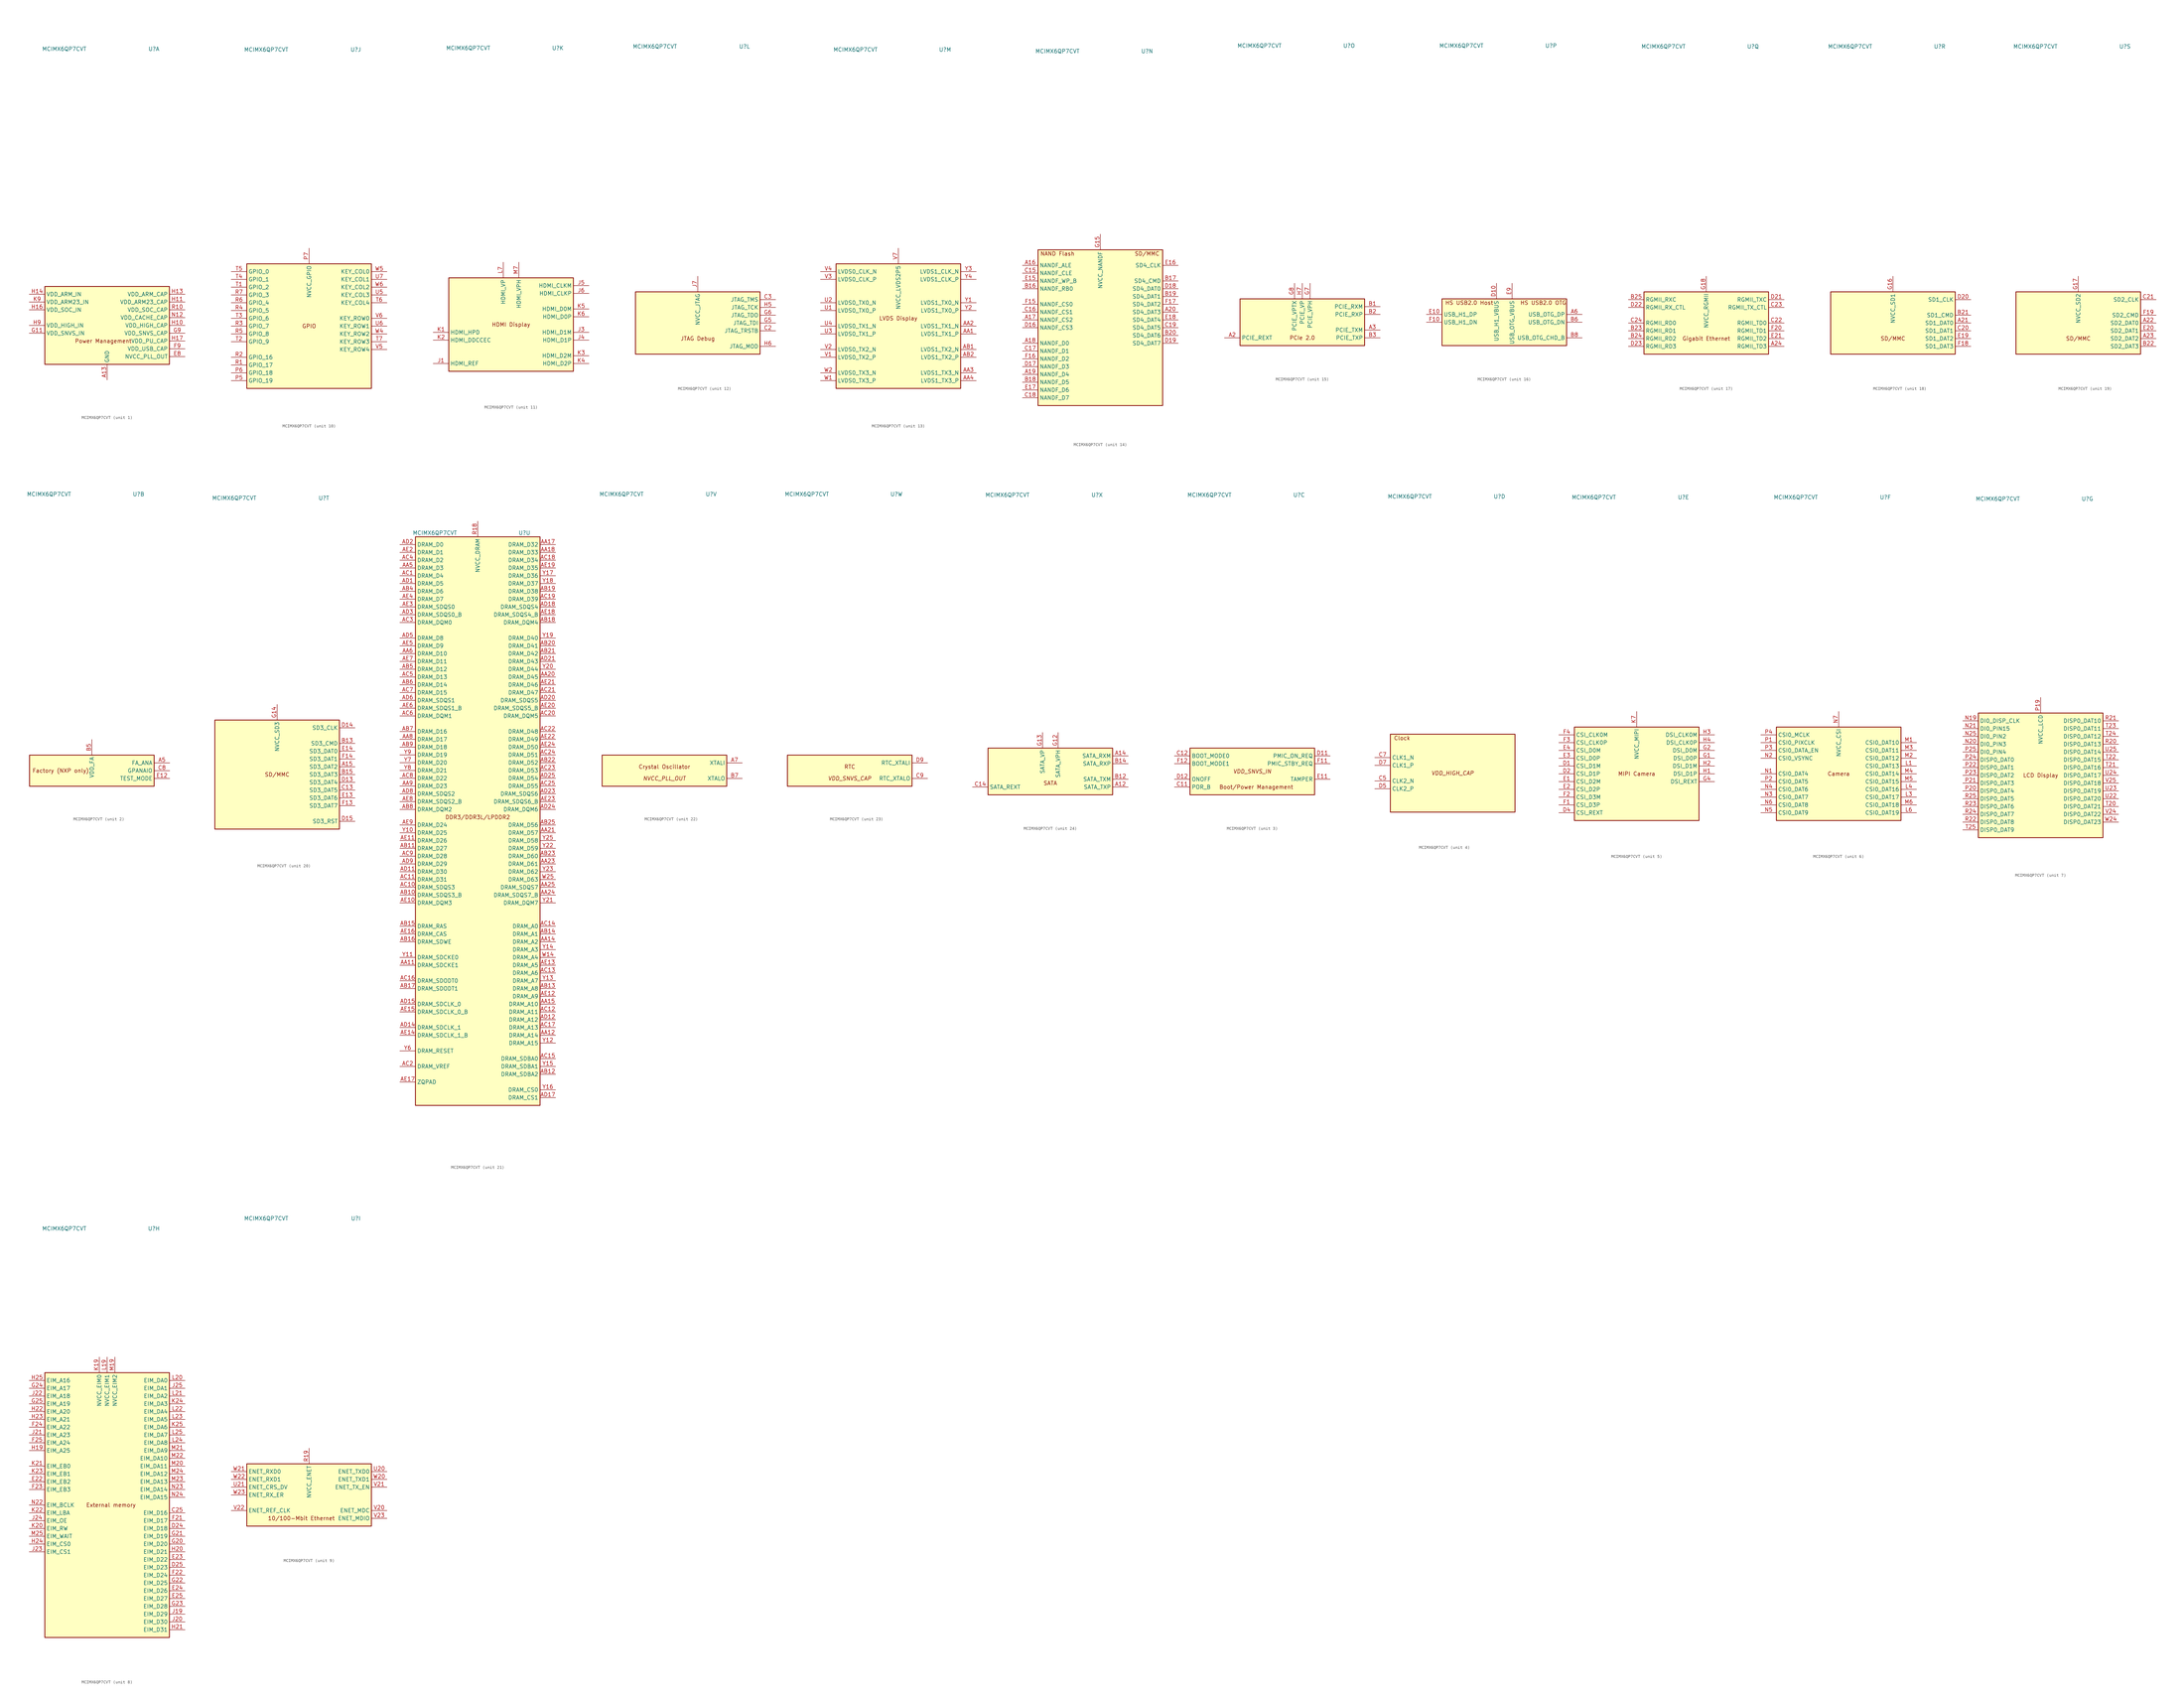
<source format=kicad_sym>
(kicad_symbol_lib
  (version 20220914)
  (generator kicad_symbol_editor)
  (symbol "MCIMX6QP7CVT"
    (property "Reference" "U"
      (at 15.24 90.17 0)
      (effects (font (size 1.27 1.27))))
    (property "Value" "MCIMX6QP7CVT"
      (at -13.97 90.17 0)
      (effects (font (size 1.27 1.27))))
    (property "ki_locked" ""
      (at 0 0 0)
      (effects (font (size 1.27 1.27))))
    (symbol "MCIMX6QP7CVT_1_0"
      (text "Power Management" (at -1.27 -5.08 0) (effects (font (size 1.27 1.27)))))
    (symbol "MCIMX6QP7CVT_1_1"
      (rectangle (start -20.32 12.7) (end 20.32 -12.7) (stroke (width 0.254) (type default)) (fill (type background)))
      (pin power_in line (at 0 -17.78 90) (length 5.08) (name "GND" (effects (font (size 1.27 1.27)))) (number "A13" (effects (font (size 1.27 1.27)))))
      (pin passive line (at 0 -17.78 90) (length 5.08) hide (name "GND" (effects (font (size 1.27 1.27)))) (number "A25" (effects (font (size 1.27 1.27)))))
      (pin passive line (at 0 -17.78 90) (length 5.08) hide (name "GND" (effects (font (size 1.27 1.27)))) (number "A4" (effects (font (size 1.27 1.27)))))
      (pin passive line (at 0 -17.78 90) (length 5.08) hide (name "GND" (effects (font (size 1.27 1.27)))) (number "A8" (effects (font (size 1.27 1.27)))))
      (pin passive line (at 0 -17.78 90) (length 5.08) hide (name "GND" (effects (font (size 1.27 1.27)))) (number "AA10" (effects (font (size 1.27 1.27)))))
      (pin passive line (at 0 -17.78 90) (length 5.08) hide (name "GND" (effects (font (size 1.27 1.27)))) (number "AA13" (effects (font (size 1.27 1.27)))))
      (pin passive line (at 0 -17.78 90) (length 5.08) hide (name "GND" (effects (font (size 1.27 1.27)))) (number "AA16" (effects (font (size 1.27 1.27)))))
      (pin passive line (at 0 -17.78 90) (length 5.08) hide (name "GND" (effects (font (size 1.27 1.27)))) (number "AA19" (effects (font (size 1.27 1.27)))))
      (pin passive line (at 0 -17.78 90) (length 5.08) hide (name "GND" (effects (font (size 1.27 1.27)))) (number "AA22" (effects (font (size 1.27 1.27)))))
      (pin passive line (at 0 -17.78 90) (length 5.08) hide (name "GND" (effects (font (size 1.27 1.27)))) (number "AA7" (effects (font (size 1.27 1.27)))))
      (pin passive line (at 0 -17.78 90) (length 5.08) hide (name "GND" (effects (font (size 1.27 1.27)))) (number "AB24" (effects (font (size 1.27 1.27)))))
      (pin passive line (at 0 -17.78 90) (length 5.08) hide (name "GND" (effects (font (size 1.27 1.27)))) (number "AB3" (effects (font (size 1.27 1.27)))))
      (pin passive line (at 0 -17.78 90) (length 5.08) hide (name "GND" (effects (font (size 1.27 1.27)))) (number "AD10" (effects (font (size 1.27 1.27)))))
      (pin passive line (at 0 -17.78 90) (length 5.08) hide (name "GND" (effects (font (size 1.27 1.27)))) (number "AD13" (effects (font (size 1.27 1.27)))))
      (pin passive line (at 0 -17.78 90) (length 5.08) hide (name "GND" (effects (font (size 1.27 1.27)))) (number "AD16" (effects (font (size 1.27 1.27)))))
      (pin passive line (at 0 -17.78 90) (length 5.08) hide (name "GND" (effects (font (size 1.27 1.27)))) (number "AD19" (effects (font (size 1.27 1.27)))))
      (pin passive line (at 0 -17.78 90) (length 5.08) hide (name "GND" (effects (font (size 1.27 1.27)))) (number "AD22" (effects (font (size 1.27 1.27)))))
      (pin passive line (at 0 -17.78 90) (length 5.08) hide (name "GND" (effects (font (size 1.27 1.27)))) (number "AD4" (effects (font (size 1.27 1.27)))))
      (pin passive line (at 0 -17.78 90) (length 5.08) hide (name "GND" (effects (font (size 1.27 1.27)))) (number "AD7" (effects (font (size 1.27 1.27)))))
      (pin passive line (at 0 -17.78 90) (length 5.08) hide (name "GND" (effects (font (size 1.27 1.27)))) (number "AE1" (effects (font (size 1.27 1.27)))))
      (pin passive line (at 0 -17.78 90) (length 5.08) hide (name "GND" (effects (font (size 1.27 1.27)))) (number "AE25" (effects (font (size 1.27 1.27)))))
      (pin passive line (at 0 -17.78 90) (length 5.08) hide (name "GND" (effects (font (size 1.27 1.27)))) (number "B4" (effects (font (size 1.27 1.27)))))
      (pin passive line (at 0 -17.78 90) (length 5.08) hide (name "GND" (effects (font (size 1.27 1.27)))) (number "C1" (effects (font (size 1.27 1.27)))))
      (pin passive line (at 0 -17.78 90) (length 5.08) hide (name "GND" (effects (font (size 1.27 1.27)))) (number "C10" (effects (font (size 1.27 1.27)))))
      (pin passive line (at 0 -17.78 90) (length 5.08) hide (name "GND" (effects (font (size 1.27 1.27)))) (number "C4" (effects (font (size 1.27 1.27)))))
      (pin passive line (at 0 -17.78 90) (length 5.08) hide (name "GND" (effects (font (size 1.27 1.27)))) (number "C6" (effects (font (size 1.27 1.27)))))
      (pin passive line (at 0 -17.78 90) (length 5.08) hide (name "GND" (effects (font (size 1.27 1.27)))) (number "D3" (effects (font (size 1.27 1.27)))))
      (pin passive line (at 0 -17.78 90) (length 5.08) hide (name "GND" (effects (font (size 1.27 1.27)))) (number "D6" (effects (font (size 1.27 1.27)))))
      (pin passive line (at 0 -17.78 90) (length 5.08) hide (name "GND" (effects (font (size 1.27 1.27)))) (number "D8" (effects (font (size 1.27 1.27)))))
      (pin passive line (at 0 -17.78 90) (length 5.08) hide (name "GND" (effects (font (size 1.27 1.27)))) (number "E5" (effects (font (size 1.27 1.27)))))
      (pin passive line (at 0 -17.78 90) (length 5.08) hide (name "GND" (effects (font (size 1.27 1.27)))) (number "E6" (effects (font (size 1.27 1.27)))))
      (pin passive line (at 0 -17.78 90) (length 5.08) hide (name "GND" (effects (font (size 1.27 1.27)))) (number "E7" (effects (font (size 1.27 1.27)))))
      (pin power_out line (at 25.4 -10.16 180) (length 5.08) (name "NVCC_PLL_OUT" (effects (font (size 1.27 1.27)))) (number "E8" (effects (font (size 1.27 1.27)))))
      (pin passive line (at 0 -17.78 90) (length 5.08) hide (name "GND" (effects (font (size 1.27 1.27)))) (number "F5" (effects (font (size 1.27 1.27)))))
      (pin passive line (at 0 -17.78 90) (length 5.08) hide (name "GND" (effects (font (size 1.27 1.27)))) (number "F6" (effects (font (size 1.27 1.27)))))
      (pin passive line (at 0 -17.78 90) (length 5.08) hide (name "GND" (effects (font (size 1.27 1.27)))) (number "F7" (effects (font (size 1.27 1.27)))))
      (pin passive line (at 0 -17.78 90) (length 5.08) hide (name "GND" (effects (font (size 1.27 1.27)))) (number "F8" (effects (font (size 1.27 1.27)))))
      (pin power_out line (at 25.4 -7.62 180) (length 5.08) (name "VDD_USB_CAP" (effects (font (size 1.27 1.27)))) (number "F9" (effects (font (size 1.27 1.27)))))
      (pin passive line (at 0 -17.78 90) (length 5.08) hide (name "GND" (effects (font (size 1.27 1.27)))) (number "G10" (effects (font (size 1.27 1.27)))))
      (pin power_in line (at -25.4 -2.54 0) (length 5.08) (name "VDD_SNVS_IN" (effects (font (size 1.27 1.27)))) (number "G11" (effects (font (size 1.27 1.27)))))
      (pin passive line (at 0 -17.78 90) (length 5.08) hide (name "GND" (effects (font (size 1.27 1.27)))) (number "G19" (effects (font (size 1.27 1.27)))))
      (pin passive line (at 0 -17.78 90) (length 5.08) hide (name "GND" (effects (font (size 1.27 1.27)))) (number "G3" (effects (font (size 1.27 1.27)))))
      (pin power_out line (at 25.4 -2.54 180) (length 5.08) (name "VDD_SNVS_CAP" (effects (font (size 1.27 1.27)))) (number "G9" (effects (font (size 1.27 1.27)))))
      (pin power_out line (at 25.4 0 180) (length 5.08) (name "VDD_HIGH_CAP" (effects (font (size 1.27 1.27)))) (number "H10" (effects (font (size 1.27 1.27)))))
      (pin power_out line (at 25.4 7.62 180) (length 5.08) (name "VDD_ARM23_CAP" (effects (font (size 1.27 1.27)))) (number "H11" (effects (font (size 1.27 1.27)))))
      (pin passive line (at 0 -17.78 90) (length 5.08) hide (name "GND" (effects (font (size 1.27 1.27)))) (number "H12" (effects (font (size 1.27 1.27)))))
      (pin power_out line (at 25.4 10.16 180) (length 5.08) (name "VDD_ARM_CAP" (effects (font (size 1.27 1.27)))) (number "H13" (effects (font (size 1.27 1.27)))))
      (pin power_in line (at -25.4 10.16 0) (length 5.08) (name "VDD_ARM_IN" (effects (font (size 1.27 1.27)))) (number "H14" (effects (font (size 1.27 1.27)))))
      (pin passive line (at 0 -17.78 90) (length 5.08) hide (name "GND" (effects (font (size 1.27 1.27)))) (number "H15" (effects (font (size 1.27 1.27)))))
      (pin power_in line (at -25.4 5.08 0) (length 5.08) (name "VDD_SOC_IN" (effects (font (size 1.27 1.27)))) (number "H16" (effects (font (size 1.27 1.27)))))
      (pin power_out line (at 25.4 -5.08 180) (length 5.08) (name "VDD_PU_CAP" (effects (font (size 1.27 1.27)))) (number "H17" (effects (font (size 1.27 1.27)))))
      (pin passive line (at 0 -17.78 90) (length 5.08) hide (name "GND" (effects (font (size 1.27 1.27)))) (number "H18" (effects (font (size 1.27 1.27)))))
      (pin passive line (at 0 -17.78 90) (length 5.08) hide (name "GND" (effects (font (size 1.27 1.27)))) (number "H8" (effects (font (size 1.27 1.27)))))
      (pin power_in line (at -25.4 0 0) (length 5.08) (name "VDD_HIGH_IN" (effects (font (size 1.27 1.27)))) (number "H9" (effects (font (size 1.27 1.27)))))
      (pin passive line (at 25.4 0 180) (length 5.08) hide (name "VDD_HIGH_CAP" (effects (font (size 1.27 1.27)))) (number "J10" (effects (font (size 1.27 1.27)))))
      (pin passive line (at 25.4 7.62 180) (length 5.08) hide (name "VDD_ARM23_CAP" (effects (font (size 1.27 1.27)))) (number "J11" (effects (font (size 1.27 1.27)))))
      (pin passive line (at 0 -17.78 90) (length 5.08) hide (name "GND" (effects (font (size 1.27 1.27)))) (number "J12" (effects (font (size 1.27 1.27)))))
      (pin passive line (at 25.4 10.16 180) (length 5.08) hide (name "VDD_ARM_CAP" (effects (font (size 1.27 1.27)))) (number "J13" (effects (font (size 1.27 1.27)))))
      (pin passive line (at -25.4 10.16 0) (length 5.08) hide (name "VDD_ARM_IN" (effects (font (size 1.27 1.27)))) (number "J14" (effects (font (size 1.27 1.27)))))
      (pin passive line (at 0 -17.78 90) (length 5.08) hide (name "GND" (effects (font (size 1.27 1.27)))) (number "J15" (effects (font (size 1.27 1.27)))))
      (pin passive line (at -25.4 5.08 0) (length 5.08) hide (name "VDD_SOC_IN" (effects (font (size 1.27 1.27)))) (number "J16" (effects (font (size 1.27 1.27)))))
      (pin passive line (at 25.4 -5.08 180) (length 5.08) hide (name "VDD_PU_CAP" (effects (font (size 1.27 1.27)))) (number "J17" (effects (font (size 1.27 1.27)))))
      (pin passive line (at 0 -17.78 90) (length 5.08) hide (name "GND" (effects (font (size 1.27 1.27)))) (number "J18" (effects (font (size 1.27 1.27)))))
      (pin passive line (at 0 -17.78 90) (length 5.08) hide (name "GND" (effects (font (size 1.27 1.27)))) (number "J2" (effects (font (size 1.27 1.27)))))
      (pin passive line (at 0 -17.78 90) (length 5.08) hide (name "GND" (effects (font (size 1.27 1.27)))) (number "J8" (effects (font (size 1.27 1.27)))))
      (pin passive line (at -25.4 0 0) (length 5.08) hide (name "VDD_HIGH_IN" (effects (font (size 1.27 1.27)))) (number "J9" (effects (font (size 1.27 1.27)))))
      (pin passive line (at 0 -17.78 90) (length 5.08) hide (name "GND" (effects (font (size 1.27 1.27)))) (number "K10" (effects (font (size 1.27 1.27)))))
      (pin passive line (at 25.4 7.62 180) (length 5.08) hide (name "VDD_ARM23_CAP" (effects (font (size 1.27 1.27)))) (number "K11" (effects (font (size 1.27 1.27)))))
      (pin passive line (at 0 -17.78 90) (length 5.08) hide (name "GND" (effects (font (size 1.27 1.27)))) (number "K12" (effects (font (size 1.27 1.27)))))
      (pin passive line (at 25.4 10.16 180) (length 5.08) hide (name "VDD_ARM_CAP" (effects (font (size 1.27 1.27)))) (number "K13" (effects (font (size 1.27 1.27)))))
      (pin passive line (at -25.4 10.16 0) (length 5.08) hide (name "VDD_ARM_IN" (effects (font (size 1.27 1.27)))) (number "K14" (effects (font (size 1.27 1.27)))))
      (pin passive line (at 0 -17.78 90) (length 5.08) hide (name "GND" (effects (font (size 1.27 1.27)))) (number "K15" (effects (font (size 1.27 1.27)))))
      (pin passive line (at -25.4 5.08 0) (length 5.08) hide (name "VDD_SOC_IN" (effects (font (size 1.27 1.27)))) (number "K16" (effects (font (size 1.27 1.27)))))
      (pin passive line (at 25.4 -5.08 180) (length 5.08) hide (name "VDD_PU_CAP" (effects (font (size 1.27 1.27)))) (number "K17" (effects (font (size 1.27 1.27)))))
      (pin passive line (at 0 -17.78 90) (length 5.08) hide (name "GND" (effects (font (size 1.27 1.27)))) (number "K18" (effects (font (size 1.27 1.27)))))
      (pin passive line (at 0 -17.78 90) (length 5.08) hide (name "GND" (effects (font (size 1.27 1.27)))) (number "K8" (effects (font (size 1.27 1.27)))))
      (pin power_in line (at -25.4 7.62 0) (length 5.08) (name "VDD_ARM23_IN" (effects (font (size 1.27 1.27)))) (number "K9" (effects (font (size 1.27 1.27)))))
      (pin passive line (at 0 -17.78 90) (length 5.08) hide (name "GND" (effects (font (size 1.27 1.27)))) (number "L10" (effects (font (size 1.27 1.27)))))
      (pin passive line (at 25.4 7.62 180) (length 5.08) hide (name "VDD_ARM23_CAP" (effects (font (size 1.27 1.27)))) (number "L11" (effects (font (size 1.27 1.27)))))
      (pin passive line (at 0 -17.78 90) (length 5.08) hide (name "GND" (effects (font (size 1.27 1.27)))) (number "L12" (effects (font (size 1.27 1.27)))))
      (pin passive line (at 25.4 10.16 180) (length 5.08) hide (name "VDD_ARM_CAP" (effects (font (size 1.27 1.27)))) (number "L13" (effects (font (size 1.27 1.27)))))
      (pin passive line (at -25.4 10.16 0) (length 5.08) hide (name "VDD_ARM_IN" (effects (font (size 1.27 1.27)))) (number "L14" (effects (font (size 1.27 1.27)))))
      (pin passive line (at 0 -17.78 90) (length 5.08) hide (name "GND" (effects (font (size 1.27 1.27)))) (number "L15" (effects (font (size 1.27 1.27)))))
      (pin passive line (at -25.4 5.08 0) (length 5.08) hide (name "VDD_SOC_IN" (effects (font (size 1.27 1.27)))) (number "L16" (effects (font (size 1.27 1.27)))))
      (pin passive line (at 25.4 -5.08 180) (length 5.08) hide (name "VDD_PU_CAP" (effects (font (size 1.27 1.27)))) (number "L17" (effects (font (size 1.27 1.27)))))
      (pin passive line (at 0 -17.78 90) (length 5.08) hide (name "GND" (effects (font (size 1.27 1.27)))) (number "L18" (effects (font (size 1.27 1.27)))))
      (pin passive line (at 0 -17.78 90) (length 5.08) hide (name "GND" (effects (font (size 1.27 1.27)))) (number "L2" (effects (font (size 1.27 1.27)))))
      (pin passive line (at 0 -17.78 90) (length 5.08) hide (name "GND" (effects (font (size 1.27 1.27)))) (number "L5" (effects (font (size 1.27 1.27)))))
      (pin passive line (at 0 -17.78 90) (length 5.08) hide (name "GND" (effects (font (size 1.27 1.27)))) (number "L8" (effects (font (size 1.27 1.27)))))
      (pin passive line (at -25.4 7.62 0) (length 5.08) hide (name "VDD_ARM23_IN" (effects (font (size 1.27 1.27)))) (number "L9" (effects (font (size 1.27 1.27)))))
      (pin passive line (at 0 -17.78 90) (length 5.08) hide (name "GND" (effects (font (size 1.27 1.27)))) (number "M10" (effects (font (size 1.27 1.27)))))
      (pin passive line (at 25.4 7.62 180) (length 5.08) hide (name "VDD_ARM23_CAP" (effects (font (size 1.27 1.27)))) (number "M11" (effects (font (size 1.27 1.27)))))
      (pin passive line (at 0 -17.78 90) (length 5.08) hide (name "GND" (effects (font (size 1.27 1.27)))) (number "M12" (effects (font (size 1.27 1.27)))))
      (pin passive line (at 25.4 10.16 180) (length 5.08) hide (name "VDD_ARM_CAP" (effects (font (size 1.27 1.27)))) (number "M13" (effects (font (size 1.27 1.27)))))
      (pin passive line (at -25.4 10.16 0) (length 5.08) hide (name "VDD_ARM_IN" (effects (font (size 1.27 1.27)))) (number "M14" (effects (font (size 1.27 1.27)))))
      (pin passive line (at 0 -17.78 90) (length 5.08) hide (name "GND" (effects (font (size 1.27 1.27)))) (number "M15" (effects (font (size 1.27 1.27)))))
      (pin passive line (at -25.4 5.08 0) (length 5.08) hide (name "VDD_SOC_IN" (effects (font (size 1.27 1.27)))) (number "M16" (effects (font (size 1.27 1.27)))))
      (pin passive line (at 25.4 -5.08 180) (length 5.08) hide (name "VDD_PU_CAP" (effects (font (size 1.27 1.27)))) (number "M17" (effects (font (size 1.27 1.27)))))
      (pin passive line (at 0 -17.78 90) (length 5.08) hide (name "GND" (effects (font (size 1.27 1.27)))) (number "M18" (effects (font (size 1.27 1.27)))))
      (pin passive line (at 0 -17.78 90) (length 5.08) hide (name "GND" (effects (font (size 1.27 1.27)))) (number "M8" (effects (font (size 1.27 1.27)))))
      (pin passive line (at -25.4 7.62 0) (length 5.08) hide (name "VDD_ARM23_IN" (effects (font (size 1.27 1.27)))) (number "M9" (effects (font (size 1.27 1.27)))))
      (pin passive line (at 0 -17.78 90) (length 5.08) hide (name "GND" (effects (font (size 1.27 1.27)))) (number "N10" (effects (font (size 1.27 1.27)))))
      (pin passive line (at 25.4 7.62 180) (length 5.08) hide (name "VDD_ARM23_CAP" (effects (font (size 1.27 1.27)))) (number "N11" (effects (font (size 1.27 1.27)))))
      (pin power_in line (at 25.4 2.54 180) (length 5.08) (name "VDD_CACHE_CAP" (effects (font (size 1.27 1.27)))) (number "N12" (effects (font (size 1.27 1.27)))))
      (pin passive line (at 25.4 10.16 180) (length 5.08) hide (name "VDD_ARM_CAP" (effects (font (size 1.27 1.27)))) (number "N13" (effects (font (size 1.27 1.27)))))
      (pin passive line (at -25.4 10.16 0) (length 5.08) hide (name "VDD_ARM_IN" (effects (font (size 1.27 1.27)))) (number "N14" (effects (font (size 1.27 1.27)))))
      (pin passive line (at 0 -17.78 90) (length 5.08) hide (name "GND" (effects (font (size 1.27 1.27)))) (number "N15" (effects (font (size 1.27 1.27)))))
      (pin passive line (at -25.4 5.08 0) (length 5.08) hide (name "VDD_SOC_IN" (effects (font (size 1.27 1.27)))) (number "N16" (effects (font (size 1.27 1.27)))))
      (pin passive line (at 25.4 -5.08 180) (length 5.08) hide (name "VDD_PU_CAP" (effects (font (size 1.27 1.27)))) (number "N17" (effects (font (size 1.27 1.27)))))
      (pin passive line (at 0 -17.78 90) (length 5.08) hide (name "GND" (effects (font (size 1.27 1.27)))) (number "N18" (effects (font (size 1.27 1.27)))))
      (pin passive line (at 0 -17.78 90) (length 5.08) hide (name "GND" (effects (font (size 1.27 1.27)))) (number "N8" (effects (font (size 1.27 1.27)))))
      (pin passive line (at -25.4 7.62 0) (length 5.08) hide (name "VDD_ARM23_IN" (effects (font (size 1.27 1.27)))) (number "N9" (effects (font (size 1.27 1.27)))))
      (pin passive line (at 0 -17.78 90) (length 5.08) hide (name "GND" (effects (font (size 1.27 1.27)))) (number "P10" (effects (font (size 1.27 1.27)))))
      (pin passive line (at 25.4 7.62 180) (length 5.08) hide (name "VDD_ARM23_CAP" (effects (font (size 1.27 1.27)))) (number "P11" (effects (font (size 1.27 1.27)))))
      (pin passive line (at 0 -17.78 90) (length 5.08) hide (name "GND" (effects (font (size 1.27 1.27)))) (number "P12" (effects (font (size 1.27 1.27)))))
      (pin passive line (at 25.4 10.16 180) (length 5.08) hide (name "VDD_ARM_CAP" (effects (font (size 1.27 1.27)))) (number "P13" (effects (font (size 1.27 1.27)))))
      (pin passive line (at -25.4 10.16 0) (length 5.08) hide (name "VDD_ARM_IN" (effects (font (size 1.27 1.27)))) (number "P14" (effects (font (size 1.27 1.27)))))
      (pin passive line (at 0 -17.78 90) (length 5.08) hide (name "GND" (effects (font (size 1.27 1.27)))) (number "P15" (effects (font (size 1.27 1.27)))))
      (pin passive line (at -25.4 5.08 0) (length 5.08) hide (name "VDD_SOC_IN" (effects (font (size 1.27 1.27)))) (number "P16" (effects (font (size 1.27 1.27)))))
      (pin passive line (at 25.4 -5.08 180) (length 5.08) hide (name "VDD_PU_CAP" (effects (font (size 1.27 1.27)))) (number "P17" (effects (font (size 1.27 1.27)))))
      (pin passive line (at 0 -17.78 90) (length 5.08) hide (name "GND" (effects (font (size 1.27 1.27)))) (number "P18" (effects (font (size 1.27 1.27)))))
      (pin passive line (at 0 -17.78 90) (length 5.08) hide (name "GND" (effects (font (size 1.27 1.27)))) (number "P8" (effects (font (size 1.27 1.27)))))
      (pin passive line (at -25.4 7.62 0) (length 5.08) hide (name "VDD_ARM23_IN" (effects (font (size 1.27 1.27)))) (number "P9" (effects (font (size 1.27 1.27)))))
      (pin power_out line (at 25.4 5.08 180) (length 5.08) (name "VDD_SOC_CAP" (effects (font (size 1.27 1.27)))) (number "R10" (effects (font (size 1.27 1.27)))))
      (pin passive line (at 25.4 7.62 180) (length 5.08) hide (name "VDD_ARM23_CAP" (effects (font (size 1.27 1.27)))) (number "R11" (effects (font (size 1.27 1.27)))))
      (pin passive line (at 0 -17.78 90) (length 5.08) hide (name "GND" (effects (font (size 1.27 1.27)))) (number "R12" (effects (font (size 1.27 1.27)))))
      (pin passive line (at 25.4 10.16 180) (length 5.08) hide (name "VDD_ARM_CAP" (effects (font (size 1.27 1.27)))) (number "R13" (effects (font (size 1.27 1.27)))))
      (pin passive line (at -25.4 10.16 0) (length 5.08) hide (name "VDD_ARM_IN" (effects (font (size 1.27 1.27)))) (number "R14" (effects (font (size 1.27 1.27)))))
      (pin passive line (at 0 -17.78 90) (length 5.08) hide (name "GND" (effects (font (size 1.27 1.27)))) (number "R15" (effects (font (size 1.27 1.27)))))
      (pin passive line (at -25.4 5.08 0) (length 5.08) hide (name "VDD_SOC_IN" (effects (font (size 1.27 1.27)))) (number "R16" (effects (font (size 1.27 1.27)))))
      (pin passive line (at 0 -17.78 90) (length 5.08) hide (name "GND" (effects (font (size 1.27 1.27)))) (number "R17" (effects (font (size 1.27 1.27)))))
      (pin passive line (at 0 -17.78 90) (length 5.08) hide (name "GND" (effects (font (size 1.27 1.27)))) (number "R8" (effects (font (size 1.27 1.27)))))
      (pin passive line (at -25.4 7.62 0) (length 5.08) hide (name "VDD_ARM23_IN" (effects (font (size 1.27 1.27)))) (number "R9" (effects (font (size 1.27 1.27)))))
      (pin passive line (at 25.4 5.08 180) (length 5.08) hide (name "VDD_SOC_CAP" (effects (font (size 1.27 1.27)))) (number "T10" (effects (font (size 1.27 1.27)))))
      (pin passive line (at 0 -17.78 90) (length 5.08) hide (name "GND" (effects (font (size 1.27 1.27)))) (number "T11" (effects (font (size 1.27 1.27)))))
      (pin passive line (at 0 -17.78 90) (length 5.08) hide (name "GND" (effects (font (size 1.27 1.27)))) (number "T12" (effects (font (size 1.27 1.27)))))
      (pin passive line (at 25.4 5.08 180) (length 5.08) hide (name "VDD_SOC_CAP" (effects (font (size 1.27 1.27)))) (number "T13" (effects (font (size 1.27 1.27)))))
      (pin passive line (at 25.4 5.08 180) (length 5.08) hide (name "VDD_SOC_CAP" (effects (font (size 1.27 1.27)))) (number "T14" (effects (font (size 1.27 1.27)))))
      (pin passive line (at 0 -17.78 90) (length 5.08) hide (name "GND" (effects (font (size 1.27 1.27)))) (number "T15" (effects (font (size 1.27 1.27)))))
      (pin passive line (at -25.4 5.08 0) (length 5.08) hide (name "VDD_SOC_IN" (effects (font (size 1.27 1.27)))) (number "T16" (effects (font (size 1.27 1.27)))))
      (pin passive line (at 0 -17.78 90) (length 5.08) hide (name "GND" (effects (font (size 1.27 1.27)))) (number "T17" (effects (font (size 1.27 1.27)))))
      (pin passive line (at 0 -17.78 90) (length 5.08) hide (name "GND" (effects (font (size 1.27 1.27)))) (number "T19" (effects (font (size 1.27 1.27)))))
      (pin passive line (at 0 -17.78 90) (length 5.08) hide (name "GND" (effects (font (size 1.27 1.27)))) (number "T8" (effects (font (size 1.27 1.27)))))
      (pin passive line (at -25.4 7.62 0) (length 5.08) hide (name "VDD_ARM23_IN" (effects (font (size 1.27 1.27)))) (number "T9" (effects (font (size 1.27 1.27)))))
      (pin passive line (at 25.4 5.08 180) (length 5.08) hide (name "VDD_SOC_CAP" (effects (font (size 1.27 1.27)))) (number "U10" (effects (font (size 1.27 1.27)))))
      (pin passive line (at 0 -17.78 90) (length 5.08) hide (name "GND" (effects (font (size 1.27 1.27)))) (number "U11" (effects (font (size 1.27 1.27)))))
      (pin passive line (at 0 -17.78 90) (length 5.08) hide (name "GND" (effects (font (size 1.27 1.27)))) (number "U12" (effects (font (size 1.27 1.27)))))
      (pin passive line (at 25.4 5.08 180) (length 5.08) hide (name "VDD_SOC_CAP" (effects (font (size 1.27 1.27)))) (number "U13" (effects (font (size 1.27 1.27)))))
      (pin passive line (at 25.4 5.08 180) (length 5.08) hide (name "VDD_SOC_CAP" (effects (font (size 1.27 1.27)))) (number "U14" (effects (font (size 1.27 1.27)))))
      (pin passive line (at 0 -17.78 90) (length 5.08) hide (name "GND" (effects (font (size 1.27 1.27)))) (number "U15" (effects (font (size 1.27 1.27)))))
      (pin passive line (at -25.4 5.08 0) (length 5.08) hide (name "VDD_SOC_IN" (effects (font (size 1.27 1.27)))) (number "U16" (effects (font (size 1.27 1.27)))))
      (pin passive line (at 0 -17.78 90) (length 5.08) hide (name "GND" (effects (font (size 1.27 1.27)))) (number "U17" (effects (font (size 1.27 1.27)))))
      (pin passive line (at 0 -17.78 90) (length 5.08) hide (name "GND" (effects (font (size 1.27 1.27)))) (number "U19" (effects (font (size 1.27 1.27)))))
      (pin passive line (at 0 -17.78 90) (length 5.08) hide (name "GND" (effects (font (size 1.27 1.27)))) (number "U8" (effects (font (size 1.27 1.27)))))
      (pin passive line (at -25.4 7.62 0) (length 5.08) hide (name "VDD_ARM23_IN" (effects (font (size 1.27 1.27)))) (number "U9" (effects (font (size 1.27 1.27)))))
      (pin passive line (at 0 -17.78 90) (length 5.08) hide (name "GND" (effects (font (size 1.27 1.27)))) (number "V19" (effects (font (size 1.27 1.27)))))
      (pin passive line (at 0 -17.78 90) (length 5.08) hide (name "GND" (effects (font (size 1.27 1.27)))) (number "V8" (effects (font (size 1.27 1.27)))))
      (pin passive line (at 0 -17.78 90) (length 5.08) hide (name "GND" (effects (font (size 1.27 1.27)))) (number "W10" (effects (font (size 1.27 1.27)))))
      (pin passive line (at 0 -17.78 90) (length 5.08) hide (name "GND" (effects (font (size 1.27 1.27)))) (number "W11" (effects (font (size 1.27 1.27)))))
      (pin passive line (at 0 -17.78 90) (length 5.08) hide (name "GND" (effects (font (size 1.27 1.27)))) (number "W12" (effects (font (size 1.27 1.27)))))
      (pin passive line (at 0 -17.78 90) (length 5.08) hide (name "GND" (effects (font (size 1.27 1.27)))) (number "W13" (effects (font (size 1.27 1.27)))))
      (pin passive line (at 0 -17.78 90) (length 5.08) hide (name "GND" (effects (font (size 1.27 1.27)))) (number "W15" (effects (font (size 1.27 1.27)))))
      (pin passive line (at 0 -17.78 90) (length 5.08) hide (name "GND" (effects (font (size 1.27 1.27)))) (number "W16" (effects (font (size 1.27 1.27)))))
      (pin passive line (at 0 -17.78 90) (length 5.08) hide (name "GND" (effects (font (size 1.27 1.27)))) (number "W17" (effects (font (size 1.27 1.27)))))
      (pin passive line (at 0 -17.78 90) (length 5.08) hide (name "GND" (effects (font (size 1.27 1.27)))) (number "W18" (effects (font (size 1.27 1.27)))))
      (pin passive line (at 0 -17.78 90) (length 5.08) hide (name "GND" (effects (font (size 1.27 1.27)))) (number "W19" (effects (font (size 1.27 1.27)))))
      (pin passive line (at 0 -17.78 90) (length 5.08) hide (name "GND" (effects (font (size 1.27 1.27)))) (number "W3" (effects (font (size 1.27 1.27)))))
      (pin passive line (at 0 -17.78 90) (length 5.08) hide (name "GND" (effects (font (size 1.27 1.27)))) (number "W7" (effects (font (size 1.27 1.27)))))
      (pin passive line (at 0 -17.78 90) (length 5.08) hide (name "GND" (effects (font (size 1.27 1.27)))) (number "W8" (effects (font (size 1.27 1.27)))))
      (pin passive line (at 0 -17.78 90) (length 5.08) hide (name "GND" (effects (font (size 1.27 1.27)))) (number "W9" (effects (font (size 1.27 1.27)))))
      (pin passive line (at 0 -17.78 90) (length 5.08) hide (name "GND" (effects (font (size 1.27 1.27)))) (number "Y24" (effects (font (size 1.27 1.27)))))
      (pin passive line (at 0 -17.78 90) (length 5.08) hide (name "GND" (effects (font (size 1.27 1.27)))) (number "Y5" (effects (font (size 1.27 1.27))))))
    (symbol "MCIMX6QP7CVT_2_0"
      (text "Factory (NXP only)" (at -10.16 0 0) (effects (font (size 1.27 1.27)))))
    (symbol "MCIMX6QP7CVT_2_1"
      (rectangle (start -20.32 5.08) (end 20.32 -5.08) (stroke (width 0.254) (type default)) (fill (type background)))
      (pin passive line (at 25.4 2.54 180) (length 5.08) (name "FA_ANA" (effects (font (size 1.27 1.27)))) (number "A5" (effects (font (size 1.27 1.27)))))
      (pin passive line (at 0 10.16 270) (length 5.08) (name "VDD_FA" (effects (font (size 1.27 1.27)))) (number "B5" (effects (font (size 1.27 1.27)))))
      (pin passive line (at 25.4 0 180) (length 5.08) (name "GPANAIO" (effects (font (size 1.27 1.27)))) (number "C8" (effects (font (size 1.27 1.27)))))
      (pin passive line (at 25.4 -2.54 180) (length 5.08) (name "TEST_MODE" (effects (font (size 1.27 1.27)))) (number "E12" (effects (font (size 1.27 1.27))))))
    (symbol "MCIMX6QP7CVT_3_0"
      (text "Boot/Power Management" (at 1.27 -5.08 0) (effects (font (size 1.27 1.27)))))
    (symbol "MCIMX6QP7CVT_3_1"
      (rectangle (start -20.32 7.62) (end 20.32 -7.62) (stroke (width 0.254) (type default)) (fill (type background)))
      (text "VDD_SNVS_IN" (at 0 0 0) (effects (font (size 1.27 1.27) italic)))
      (pin input line (at -25.4 -5.08 0) (length 5.08) (name "POR_B" (effects (font (size 1.27 1.27)))) (number "C11" (effects (font (size 1.27 1.27)))))
      (pin input line (at -25.4 5.08 0) (length 5.08) (name "BOOT_MODE0" (effects (font (size 1.27 1.27)))) (number "C12" (effects (font (size 1.27 1.27)))))
      (pin output line (at 25.4 5.08 180) (length 5.08) (name "PMIC_ON_REQ" (effects (font (size 1.27 1.27)))) (number "D11" (effects (font (size 1.27 1.27)))))
      (pin input line (at -25.4 -2.54 0) (length 5.08) (name "ONOFF" (effects (font (size 1.27 1.27)))) (number "D12" (effects (font (size 1.27 1.27)))))
      (pin input line (at 25.4 -2.54 180) (length 5.08) (name "TAMPER" (effects (font (size 1.27 1.27)))) (number "E11" (effects (font (size 1.27 1.27)))))
      (pin output line (at 25.4 2.54 180) (length 5.08) (name "PMIC_STBY_REQ" (effects (font (size 1.27 1.27)))) (number "F11" (effects (font (size 1.27 1.27)))))
      (pin input line (at -25.4 2.54 0) (length 5.08) (name "BOOT_MODE1" (effects (font (size 1.27 1.27)))) (number "F12" (effects (font (size 1.27 1.27))))))
    (symbol "MCIMX6QP7CVT_4_0"
      (text "Clock" (at -16.51 11.43 0) (effects (font (size 1.27 1.27)))))
    (symbol "MCIMX6QP7CVT_4_1"
      (rectangle (start -20.32 12.7) (end 20.32 -12.7) (stroke (width 0.254) (type default)) (fill (type background)))
      (text "VDD_HIGH_CAP" (at 0 0 0) (effects (font (size 1.27 1.27) italic)))
      (pin no_connect line (at 17.78 -2.54 180) (length 5.08) hide (name "NC" (effects (font (size 1.27 1.27)))) (number "A10" (effects (font (size 1.27 1.27)))))
      (pin no_connect line (at 17.78 7.62 180) (length 5.08) hide (name "NC" (effects (font (size 1.27 1.27)))) (number "A11" (effects (font (size 1.27 1.27)))))
      (pin no_connect line (at 17.78 -7.62 180) (length 5.08) hide (name "NC" (effects (font (size 1.27 1.27)))) (number "A9" (effects (font (size 1.27 1.27)))))
      (pin no_connect line (at 17.78 0 180) (length 5.08) hide (name "NC" (effects (font (size 1.27 1.27)))) (number "B10" (effects (font (size 1.27 1.27)))))
      (pin no_connect line (at 17.78 5.08 180) (length 5.08) hide (name "NC" (effects (font (size 1.27 1.27)))) (number "B11" (effects (font (size 1.27 1.27)))))
      (pin no_connect line (at 17.78 -10.16 180) (length 5.08) hide (name "NC" (effects (font (size 1.27 1.27)))) (number "B9" (effects (font (size 1.27 1.27)))))
      (pin bidirectional line (at -25.4 -2.54 0) (length 5.08) (name "CLK2_N" (effects (font (size 1.27 1.27)))) (number "C5" (effects (font (size 1.27 1.27)))))
      (pin bidirectional line (at -25.4 5.08 0) (length 5.08) (name "CLK1_N" (effects (font (size 1.27 1.27)))) (number "C7" (effects (font (size 1.27 1.27)))))
      (pin bidirectional line (at -25.4 -5.08 0) (length 5.08) (name "CLK2_P" (effects (font (size 1.27 1.27)))) (number "D5" (effects (font (size 1.27 1.27)))))
      (pin bidirectional line (at -25.4 2.54 0) (length 5.08) (name "CLK1_P" (effects (font (size 1.27 1.27)))) (number "D7" (effects (font (size 1.27 1.27))))))
    (symbol "MCIMX6QP7CVT_5_0"
      (text "MIPI Camera" (at 0 0 0) (effects (font (size 1.27 1.27)))))
    (symbol "MCIMX6QP7CVT_5_1"
      (rectangle (start -20.32 15.24) (end 20.32 -15.24) (stroke (width 0.254) (type default)) (fill (type background)))
      (pin input line (at -25.4 2.54 0) (length 5.08) (name "CSI_D1M" (effects (font (size 1.27 1.27)))) (number "D1" (effects (font (size 1.27 1.27)))))
      (pin input line (at -25.4 0 0) (length 5.08) (name "CSI_D1P" (effects (font (size 1.27 1.27)))) (number "D2" (effects (font (size 1.27 1.27)))))
      (pin passive line (at -25.4 -12.7 0) (length 5.08) (name "CSI_REXT" (effects (font (size 1.27 1.27)))) (number "D4" (effects (font (size 1.27 1.27)))))
      (pin input line (at -25.4 -2.54 0) (length 5.08) (name "CSI_D2M" (effects (font (size 1.27 1.27)))) (number "E1" (effects (font (size 1.27 1.27)))))
      (pin input line (at -25.4 -5.08 0) (length 5.08) (name "CSI_D2P" (effects (font (size 1.27 1.27)))) (number "E2" (effects (font (size 1.27 1.27)))))
      (pin input line (at -25.4 5.08 0) (length 5.08) (name "CSI_D0P" (effects (font (size 1.27 1.27)))) (number "E3" (effects (font (size 1.27 1.27)))))
      (pin input line (at -25.4 7.62 0) (length 5.08) (name "CSI_D0M" (effects (font (size 1.27 1.27)))) (number "E4" (effects (font (size 1.27 1.27)))))
      (pin input line (at -25.4 -10.16 0) (length 5.08) (name "CSI_D3P" (effects (font (size 1.27 1.27)))) (number "F1" (effects (font (size 1.27 1.27)))))
      (pin input line (at -25.4 -7.62 0) (length 5.08) (name "CSI_D3M" (effects (font (size 1.27 1.27)))) (number "F2" (effects (font (size 1.27 1.27)))))
      (pin input line (at -25.4 10.16 0) (length 5.08) (name "CSI_CLK0P" (effects (font (size 1.27 1.27)))) (number "F3" (effects (font (size 1.27 1.27)))))
      (pin input line (at -25.4 12.7 0) (length 5.08) (name "CSI_CLK0M" (effects (font (size 1.27 1.27)))) (number "F4" (effects (font (size 1.27 1.27)))))
      (pin output line (at 25.4 5.08 180) (length 5.08) (name "DSI_D0P" (effects (font (size 1.27 1.27)))) (number "G1" (effects (font (size 1.27 1.27)))))
      (pin output line (at 25.4 7.62 180) (length 5.08) (name "DSI_D0M" (effects (font (size 1.27 1.27)))) (number "G2" (effects (font (size 1.27 1.27)))))
      (pin passive line (at 25.4 -2.54 180) (length 5.08) (name "DSI_REXT" (effects (font (size 1.27 1.27)))) (number "G4" (effects (font (size 1.27 1.27)))))
      (pin output line (at 25.4 0 180) (length 5.08) (name "DSI_D1P" (effects (font (size 1.27 1.27)))) (number "H1" (effects (font (size 1.27 1.27)))))
      (pin output line (at 25.4 2.54 180) (length 5.08) (name "DSI_D1M" (effects (font (size 1.27 1.27)))) (number "H2" (effects (font (size 1.27 1.27)))))
      (pin output line (at 25.4 12.7 180) (length 5.08) (name "DSI_CLK0M" (effects (font (size 1.27 1.27)))) (number "H3" (effects (font (size 1.27 1.27)))))
      (pin output line (at 25.4 10.16 180) (length 5.08) (name "DSI_CLK0P" (effects (font (size 1.27 1.27)))) (number "H4" (effects (font (size 1.27 1.27)))))
      (pin power_in line (at 0 20.32 270) (length 5.08) (name "NVCC_MIPI" (effects (font (size 1.27 1.27)))) (number "K7" (effects (font (size 1.27 1.27))))))
    (symbol "MCIMX6QP7CVT_6_0"
      (text "Camera" (at 0 0 0) (effects (font (size 1.27 1.27)))))
    (symbol "MCIMX6QP7CVT_6_1"
      (rectangle (start -20.32 15.24) (end 20.32 -15.24) (stroke (width 0.254) (type default)) (fill (type background)))
      (pin bidirectional line (at 25.4 2.54 180) (length 5.08) (name "CSI0_DAT13" (effects (font (size 1.27 1.27)))) (number "L1" (effects (font (size 1.27 1.27)))))
      (pin bidirectional line (at 25.4 -7.62 180) (length 5.08) (name "CSI0_DAT17" (effects (font (size 1.27 1.27)))) (number "L3" (effects (font (size 1.27 1.27)))))
      (pin bidirectional line (at 25.4 -5.08 180) (length 5.08) (name "CSI0_DAT16" (effects (font (size 1.27 1.27)))) (number "L4" (effects (font (size 1.27 1.27)))))
      (pin bidirectional line (at 25.4 -12.7 180) (length 5.08) (name "CSI0_DAT19" (effects (font (size 1.27 1.27)))) (number "L6" (effects (font (size 1.27 1.27)))))
      (pin bidirectional line (at 25.4 10.16 180) (length 5.08) (name "CSI0_DAT10" (effects (font (size 1.27 1.27)))) (number "M1" (effects (font (size 1.27 1.27)))))
      (pin bidirectional line (at 25.4 5.08 180) (length 5.08) (name "CSI0_DAT12" (effects (font (size 1.27 1.27)))) (number "M2" (effects (font (size 1.27 1.27)))))
      (pin bidirectional line (at 25.4 7.62 180) (length 5.08) (name "CSI0_DAT11" (effects (font (size 1.27 1.27)))) (number "M3" (effects (font (size 1.27 1.27)))))
      (pin bidirectional line (at 25.4 0 180) (length 5.08) (name "CSI0_DAT14" (effects (font (size 1.27 1.27)))) (number "M4" (effects (font (size 1.27 1.27)))))
      (pin bidirectional line (at 25.4 -2.54 180) (length 5.08) (name "CSI0_DAT15" (effects (font (size 1.27 1.27)))) (number "M5" (effects (font (size 1.27 1.27)))))
      (pin bidirectional line (at 25.4 -10.16 180) (length 5.08) (name "CSI0_DAT18" (effects (font (size 1.27 1.27)))) (number "M6" (effects (font (size 1.27 1.27)))))
      (pin bidirectional line (at -25.4 0 0) (length 5.08) (name "CSI0_DAT4" (effects (font (size 1.27 1.27)))) (number "N1" (effects (font (size 1.27 1.27)))))
      (pin bidirectional line (at -25.4 5.08 0) (length 5.08) (name "CSI0_VSYNC" (effects (font (size 1.27 1.27)))) (number "N2" (effects (font (size 1.27 1.27)))))
      (pin bidirectional line (at -25.4 -7.62 0) (length 5.08) (name "CSI0_DAT7" (effects (font (size 1.27 1.27)))) (number "N3" (effects (font (size 1.27 1.27)))))
      (pin bidirectional line (at -25.4 -5.08 0) (length 5.08) (name "CSI0_DAT6" (effects (font (size 1.27 1.27)))) (number "N4" (effects (font (size 1.27 1.27)))))
      (pin bidirectional line (at -25.4 -12.7 0) (length 5.08) (name "CSI0_DAT9" (effects (font (size 1.27 1.27)))) (number "N5" (effects (font (size 1.27 1.27)))))
      (pin bidirectional line (at -25.4 -10.16 0) (length 5.08) (name "CSI0_DAT8" (effects (font (size 1.27 1.27)))) (number "N6" (effects (font (size 1.27 1.27)))))
      (pin power_in line (at 0 20.32 270) (length 5.08) (name "NVCC_CSI" (effects (font (size 1.27 1.27)))) (number "N7" (effects (font (size 1.27 1.27)))))
      (pin bidirectional line (at -25.4 10.16 0) (length 5.08) (name "CSI0_PIXCLK" (effects (font (size 1.27 1.27)))) (number "P1" (effects (font (size 1.27 1.27)))))
      (pin bidirectional line (at -25.4 -2.54 0) (length 5.08) (name "CSI0_DAT5" (effects (font (size 1.27 1.27)))) (number "P2" (effects (font (size 1.27 1.27)))))
      (pin bidirectional line (at -25.4 7.62 0) (length 5.08) (name "CSI0_DATA_EN" (effects (font (size 1.27 1.27)))) (number "P3" (effects (font (size 1.27 1.27)))))
      (pin bidirectional line (at -25.4 12.7 0) (length 5.08) (name "CSI0_MCLK" (effects (font (size 1.27 1.27)))) (number "P4" (effects (font (size 1.27 1.27))))))
    (symbol "MCIMX6QP7CVT_7_0"
      (text "LCD Display" (at 0 0 0) (effects (font (size 1.27 1.27)))))
    (symbol "MCIMX6QP7CVT_7_1"
      (rectangle (start -20.32 20.32) (end 20.32 -20.32) (stroke (width 0.254) (type default)) (fill (type background)))
      (pin bidirectional line (at -25.4 17.78 0) (length 5.08) (name "DI0_DISP_CLK" (effects (font (size 1.27 1.27)))) (number "N19" (effects (font (size 1.27 1.27)))))
      (pin bidirectional line (at -25.4 10.16 0) (length 5.08) (name "DI0_PIN3" (effects (font (size 1.27 1.27)))) (number "N20" (effects (font (size 1.27 1.27)))))
      (pin bidirectional line (at -25.4 15.24 0) (length 5.08) (name "DI0_PIN15" (effects (font (size 1.27 1.27)))) (number "N21" (effects (font (size 1.27 1.27)))))
      (pin bidirectional line (at -25.4 12.7 0) (length 5.08) (name "DI0_PIN2" (effects (font (size 1.27 1.27)))) (number "N25" (effects (font (size 1.27 1.27)))))
      (pin power_in line (at 0 25.4 270) (length 5.08) (name "NVCC_LCD" (effects (font (size 1.27 1.27)))) (number "P19" (effects (font (size 1.27 1.27)))))
      (pin bidirectional line (at -25.4 -5.08 0) (length 5.08) (name "DISP0_DAT4" (effects (font (size 1.27 1.27)))) (number "P20" (effects (font (size 1.27 1.27)))))
      (pin bidirectional line (at -25.4 -2.54 0) (length 5.08) (name "DISP0_DAT3" (effects (font (size 1.27 1.27)))) (number "P21" (effects (font (size 1.27 1.27)))))
      (pin bidirectional line (at -25.4 2.54 0) (length 5.08) (name "DISP0_DAT1" (effects (font (size 1.27 1.27)))) (number "P22" (effects (font (size 1.27 1.27)))))
      (pin bidirectional line (at -25.4 0 0) (length 5.08) (name "DISP0_DAT2" (effects (font (size 1.27 1.27)))) (number "P23" (effects (font (size 1.27 1.27)))))
      (pin bidirectional line (at -25.4 5.08 0) (length 5.08) (name "DISP0_DAT0" (effects (font (size 1.27 1.27)))) (number "P24" (effects (font (size 1.27 1.27)))))
      (pin bidirectional line (at -25.4 7.62 0) (length 5.08) (name "DI0_PIN4" (effects (font (size 1.27 1.27)))) (number "P25" (effects (font (size 1.27 1.27)))))
      (pin bidirectional line (at 25.4 10.16 180) (length 5.08) (name "DISP0_DAT13" (effects (font (size 1.27 1.27)))) (number "R20" (effects (font (size 1.27 1.27)))))
      (pin bidirectional line (at 25.4 17.78 180) (length 5.08) (name "DISP0_DAT10" (effects (font (size 1.27 1.27)))) (number "R21" (effects (font (size 1.27 1.27)))))
      (pin bidirectional line (at -25.4 -15.24 0) (length 5.08) (name "DISP0_DAT8" (effects (font (size 1.27 1.27)))) (number "R22" (effects (font (size 1.27 1.27)))))
      (pin bidirectional line (at -25.4 -10.16 0) (length 5.08) (name "DISP0_DAT6" (effects (font (size 1.27 1.27)))) (number "R23" (effects (font (size 1.27 1.27)))))
      (pin bidirectional line (at -25.4 -12.7 0) (length 5.08) (name "DISP0_DAT7" (effects (font (size 1.27 1.27)))) (number "R24" (effects (font (size 1.27 1.27)))))
      (pin bidirectional line (at -25.4 -7.62 0) (length 5.08) (name "DISP0_DAT5" (effects (font (size 1.27 1.27)))) (number "R25" (effects (font (size 1.27 1.27)))))
      (pin bidirectional line (at 25.4 -10.16 180) (length 5.08) (name "DISP0_DAT21" (effects (font (size 1.27 1.27)))) (number "T20" (effects (font (size 1.27 1.27)))))
      (pin bidirectional line (at 25.4 2.54 180) (length 5.08) (name "DISP0_DAT16" (effects (font (size 1.27 1.27)))) (number "T21" (effects (font (size 1.27 1.27)))))
      (pin bidirectional line (at 25.4 5.08 180) (length 5.08) (name "DISP0_DAT15" (effects (font (size 1.27 1.27)))) (number "T22" (effects (font (size 1.27 1.27)))))
      (pin bidirectional line (at 25.4 15.24 180) (length 5.08) (name "DISP0_DAT11" (effects (font (size 1.27 1.27)))) (number "T23" (effects (font (size 1.27 1.27)))))
      (pin bidirectional line (at 25.4 12.7 180) (length 5.08) (name "DISP0_DAT12" (effects (font (size 1.27 1.27)))) (number "T24" (effects (font (size 1.27 1.27)))))
      (pin bidirectional line (at -25.4 -17.78 0) (length 5.08) (name "DISP0_DAT9" (effects (font (size 1.27 1.27)))) (number "T25" (effects (font (size 1.27 1.27)))))
      (pin bidirectional line (at 25.4 -7.62 180) (length 5.08) (name "DISP0_DAT20" (effects (font (size 1.27 1.27)))) (number "U22" (effects (font (size 1.27 1.27)))))
      (pin bidirectional line (at 25.4 -5.08 180) (length 5.08) (name "DISP0_DAT19" (effects (font (size 1.27 1.27)))) (number "U23" (effects (font (size 1.27 1.27)))))
      (pin bidirectional line (at 25.4 0 180) (length 5.08) (name "DISP0_DAT17" (effects (font (size 1.27 1.27)))) (number "U24" (effects (font (size 1.27 1.27)))))
      (pin bidirectional line (at 25.4 7.62 180) (length 5.08) (name "DISP0_DAT14" (effects (font (size 1.27 1.27)))) (number "U25" (effects (font (size 1.27 1.27)))))
      (pin bidirectional line (at 25.4 -12.7 180) (length 5.08) (name "DISP0_DAT22" (effects (font (size 1.27 1.27)))) (number "V24" (effects (font (size 1.27 1.27)))))
      (pin bidirectional line (at 25.4 -2.54 180) (length 5.08) (name "DISP0_DAT18" (effects (font (size 1.27 1.27)))) (number "V25" (effects (font (size 1.27 1.27)))))
      (pin bidirectional line (at 25.4 -15.24 180) (length 5.08) (name "DISP0_DAT23" (effects (font (size 1.27 1.27)))) (number "W24" (effects (font (size 1.27 1.27))))))
    (symbol "MCIMX6QP7CVT_8_0"
      (text "External memory" (at 1.27 0 0) (effects (font (size 1.27 1.27)))))
    (symbol "MCIMX6QP7CVT_8_1"
      (rectangle (start -20.32 43.18) (end 20.32 -43.18) (stroke (width 0.254) (type default)) (fill (type background)))
      (pin bidirectional line (at 25.4 -2.54 180) (length 5.08) (name "EIM_D16" (effects (font (size 1.27 1.27)))) (number "C25" (effects (font (size 1.27 1.27)))))
      (pin bidirectional line (at 25.4 -7.62 180) (length 5.08) (name "EIM_D18" (effects (font (size 1.27 1.27)))) (number "D24" (effects (font (size 1.27 1.27)))))
      (pin bidirectional line (at 25.4 -20.32 180) (length 5.08) (name "EIM_D23" (effects (font (size 1.27 1.27)))) (number "D25" (effects (font (size 1.27 1.27)))))
      (pin bidirectional line (at -25.4 7.62 0) (length 5.08) (name "EIM_EB2" (effects (font (size 1.27 1.27)))) (number "E22" (effects (font (size 1.27 1.27)))))
      (pin bidirectional line (at 25.4 -17.78 180) (length 5.08) (name "EIM_D22" (effects (font (size 1.27 1.27)))) (number "E23" (effects (font (size 1.27 1.27)))))
      (pin bidirectional line (at 25.4 -27.94 180) (length 5.08) (name "EIM_D26" (effects (font (size 1.27 1.27)))) (number "E24" (effects (font (size 1.27 1.27)))))
      (pin bidirectional line (at 25.4 -30.48 180) (length 5.08) (name "EIM_D27" (effects (font (size 1.27 1.27)))) (number "E25" (effects (font (size 1.27 1.27)))))
      (pin bidirectional line (at 25.4 -5.08 180) (length 5.08) (name "EIM_D17" (effects (font (size 1.27 1.27)))) (number "F21" (effects (font (size 1.27 1.27)))))
      (pin bidirectional line (at 25.4 -22.86 180) (length 5.08) (name "EIM_D24" (effects (font (size 1.27 1.27)))) (number "F22" (effects (font (size 1.27 1.27)))))
      (pin bidirectional line (at -25.4 5.08 0) (length 5.08) (name "EIM_EB3" (effects (font (size 1.27 1.27)))) (number "F23" (effects (font (size 1.27 1.27)))))
      (pin bidirectional line (at -25.4 25.4 0) (length 5.08) (name "EIM_A22" (effects (font (size 1.27 1.27)))) (number "F24" (effects (font (size 1.27 1.27)))))
      (pin bidirectional line (at -25.4 20.32 0) (length 5.08) (name "EIM_A24" (effects (font (size 1.27 1.27)))) (number "F25" (effects (font (size 1.27 1.27)))))
      (pin bidirectional line (at 25.4 -12.7 180) (length 5.08) (name "EIM_D20" (effects (font (size 1.27 1.27)))) (number "G20" (effects (font (size 1.27 1.27)))))
      (pin bidirectional line (at 25.4 -10.16 180) (length 5.08) (name "EIM_D19" (effects (font (size 1.27 1.27)))) (number "G21" (effects (font (size 1.27 1.27)))))
      (pin bidirectional line (at 25.4 -25.4 180) (length 5.08) (name "EIM_D25" (effects (font (size 1.27 1.27)))) (number "G22" (effects (font (size 1.27 1.27)))))
      (pin bidirectional line (at 25.4 -33.02 180) (length 5.08) (name "EIM_D28" (effects (font (size 1.27 1.27)))) (number "G23" (effects (font (size 1.27 1.27)))))
      (pin bidirectional line (at -25.4 38.1 0) (length 5.08) (name "EIM_A17" (effects (font (size 1.27 1.27)))) (number "G24" (effects (font (size 1.27 1.27)))))
      (pin bidirectional line (at -25.4 33.02 0) (length 5.08) (name "EIM_A19" (effects (font (size 1.27 1.27)))) (number "G25" (effects (font (size 1.27 1.27)))))
      (pin bidirectional line (at -25.4 17.78 0) (length 5.08) (name "EIM_A25" (effects (font (size 1.27 1.27)))) (number "H19" (effects (font (size 1.27 1.27)))))
      (pin bidirectional line (at 25.4 -15.24 180) (length 5.08) (name "EIM_D21" (effects (font (size 1.27 1.27)))) (number "H20" (effects (font (size 1.27 1.27)))))
      (pin bidirectional line (at 25.4 -40.64 180) (length 5.08) (name "EIM_D31" (effects (font (size 1.27 1.27)))) (number "H21" (effects (font (size 1.27 1.27)))))
      (pin bidirectional line (at -25.4 30.48 0) (length 5.08) (name "EIM_A20" (effects (font (size 1.27 1.27)))) (number "H22" (effects (font (size 1.27 1.27)))))
      (pin bidirectional line (at -25.4 27.94 0) (length 5.08) (name "EIM_A21" (effects (font (size 1.27 1.27)))) (number "H23" (effects (font (size 1.27 1.27)))))
      (pin bidirectional line (at -25.4 -12.7 0) (length 5.08) (name "EIM_CS0" (effects (font (size 1.27 1.27)))) (number "H24" (effects (font (size 1.27 1.27)))))
      (pin bidirectional line (at -25.4 40.64 0) (length 5.08) (name "EIM_A16" (effects (font (size 1.27 1.27)))) (number "H25" (effects (font (size 1.27 1.27)))))
      (pin bidirectional line (at 25.4 -35.56 180) (length 5.08) (name "EIM_D29" (effects (font (size 1.27 1.27)))) (number "J19" (effects (font (size 1.27 1.27)))))
      (pin bidirectional line (at 25.4 -38.1 180) (length 5.08) (name "EIM_D30" (effects (font (size 1.27 1.27)))) (number "J20" (effects (font (size 1.27 1.27)))))
      (pin bidirectional line (at -25.4 22.86 0) (length 5.08) (name "EIM_A23" (effects (font (size 1.27 1.27)))) (number "J21" (effects (font (size 1.27 1.27)))))
      (pin bidirectional line (at -25.4 35.56 0) (length 5.08) (name "EIM_A18" (effects (font (size 1.27 1.27)))) (number "J22" (effects (font (size 1.27 1.27)))))
      (pin bidirectional line (at -25.4 -15.24 0) (length 5.08) (name "EIM_CS1" (effects (font (size 1.27 1.27)))) (number "J23" (effects (font (size 1.27 1.27)))))
      (pin bidirectional line (at -25.4 -5.08 0) (length 5.08) (name "EIM_OE" (effects (font (size 1.27 1.27)))) (number "J24" (effects (font (size 1.27 1.27)))))
      (pin bidirectional line (at 25.4 38.1 180) (length 5.08) (name "EIM_DA1" (effects (font (size 1.27 1.27)))) (number "J25" (effects (font (size 1.27 1.27)))))
      (pin power_in line (at -2.54 48.26 270) (length 5.08) (name "NVCC_EIM0" (effects (font (size 1.27 1.27)))) (number "K19" (effects (font (size 1.27 1.27)))))
      (pin bidirectional line (at -25.4 -7.62 0) (length 5.08) (name "EIM_RW" (effects (font (size 1.27 1.27)))) (number "K20" (effects (font (size 1.27 1.27)))))
      (pin bidirectional line (at -25.4 12.7 0) (length 5.08) (name "EIM_EB0" (effects (font (size 1.27 1.27)))) (number "K21" (effects (font (size 1.27 1.27)))))
      (pin bidirectional line (at -25.4 -2.54 0) (length 5.08) (name "EIM_LBA" (effects (font (size 1.27 1.27)))) (number "K22" (effects (font (size 1.27 1.27)))))
      (pin bidirectional line (at -25.4 10.16 0) (length 5.08) (name "EIM_EB1" (effects (font (size 1.27 1.27)))) (number "K23" (effects (font (size 1.27 1.27)))))
      (pin bidirectional line (at 25.4 33.02 180) (length 5.08) (name "EIM_DA3" (effects (font (size 1.27 1.27)))) (number "K24" (effects (font (size 1.27 1.27)))))
      (pin bidirectional line (at 25.4 25.4 180) (length 5.08) (name "EIM_DA6" (effects (font (size 1.27 1.27)))) (number "K25" (effects (font (size 1.27 1.27)))))
      (pin power_in line (at 0 48.26 270) (length 5.08) (name "NVCC_EIM1" (effects (font (size 1.27 1.27)))) (number "L19" (effects (font (size 1.27 1.27)))))
      (pin bidirectional line (at 25.4 40.64 180) (length 5.08) (name "EIM_DA0" (effects (font (size 1.27 1.27)))) (number "L20" (effects (font (size 1.27 1.27)))))
      (pin bidirectional line (at 25.4 35.56 180) (length 5.08) (name "EIM_DA2" (effects (font (size 1.27 1.27)))) (number "L21" (effects (font (size 1.27 1.27)))))
      (pin bidirectional line (at 25.4 30.48 180) (length 5.08) (name "EIM_DA4" (effects (font (size 1.27 1.27)))) (number "L22" (effects (font (size 1.27 1.27)))))
      (pin bidirectional line (at 25.4 27.94 180) (length 5.08) (name "EIM_DA5" (effects (font (size 1.27 1.27)))) (number "L23" (effects (font (size 1.27 1.27)))))
      (pin bidirectional line (at 25.4 20.32 180) (length 5.08) (name "EIM_DA8" (effects (font (size 1.27 1.27)))) (number "L24" (effects (font (size 1.27 1.27)))))
      (pin bidirectional line (at 25.4 22.86 180) (length 5.08) (name "EIM_DA7" (effects (font (size 1.27 1.27)))) (number "L25" (effects (font (size 1.27 1.27)))))
      (pin power_in line (at 2.54 48.26 270) (length 5.08) (name "NVCC_EIM2" (effects (font (size 1.27 1.27)))) (number "M19" (effects (font (size 1.27 1.27)))))
      (pin bidirectional line (at 25.4 12.7 180) (length 5.08) (name "EIM_DA11" (effects (font (size 1.27 1.27)))) (number "M20" (effects (font (size 1.27 1.27)))))
      (pin bidirectional line (at 25.4 17.78 180) (length 5.08) (name "EIM_DA9" (effects (font (size 1.27 1.27)))) (number "M21" (effects (font (size 1.27 1.27)))))
      (pin bidirectional line (at 25.4 15.24 180) (length 5.08) (name "EIM_DA10" (effects (font (size 1.27 1.27)))) (number "M22" (effects (font (size 1.27 1.27)))))
      (pin bidirectional line (at 25.4 7.62 180) (length 5.08) (name "EIM_DA13" (effects (font (size 1.27 1.27)))) (number "M23" (effects (font (size 1.27 1.27)))))
      (pin bidirectional line (at 25.4 10.16 180) (length 5.08) (name "EIM_DA12" (effects (font (size 1.27 1.27)))) (number "M24" (effects (font (size 1.27 1.27)))))
      (pin bidirectional line (at -25.4 -10.16 0) (length 5.08) (name "EIM_WAIT" (effects (font (size 1.27 1.27)))) (number "M25" (effects (font (size 1.27 1.27)))))
      (pin bidirectional line (at -25.4 0 0) (length 5.08) (name "EIM_BCLK" (effects (font (size 1.27 1.27)))) (number "N22" (effects (font (size 1.27 1.27)))))
      (pin bidirectional line (at 25.4 5.08 180) (length 5.08) (name "EIM_DA14" (effects (font (size 1.27 1.27)))) (number "N23" (effects (font (size 1.27 1.27)))))
      (pin bidirectional line (at 25.4 2.54 180) (length 5.08) (name "EIM_DA15" (effects (font (size 1.27 1.27)))) (number "N24" (effects (font (size 1.27 1.27))))))
    (symbol "MCIMX6QP7CVT_9_0"
      (text "10/100-Mbit Ethernet" (at -2.54 -7.62 0) (effects (font (size 1.27 1.27)))))
    (symbol "MCIMX6QP7CVT_9_1"
      (rectangle (start -20.32 10.16) (end 20.32 -10.16) (stroke (width 0.254) (type default)) (fill (type background)))
      (pin power_in line (at 0 15.24 270) (length 5.08) (name "NVCC_ENET" (effects (font (size 1.27 1.27)))) (number "R19" (effects (font (size 1.27 1.27)))))
      (pin bidirectional line (at 25.4 7.62 180) (length 5.08) (name "ENET_TXD0" (effects (font (size 1.27 1.27)))) (number "U20" (effects (font (size 1.27 1.27)))))
      (pin bidirectional line (at -25.4 2.54 0) (length 5.08) (name "ENET_CRS_DV" (effects (font (size 1.27 1.27)))) (number "U21" (effects (font (size 1.27 1.27)))))
      (pin bidirectional line (at 25.4 -5.08 180) (length 5.08) (name "ENET_MDC" (effects (font (size 1.27 1.27)))) (number "V20" (effects (font (size 1.27 1.27)))))
      (pin bidirectional line (at 25.4 2.54 180) (length 5.08) (name "ENET_TX_EN" (effects (font (size 1.27 1.27)))) (number "V21" (effects (font (size 1.27 1.27)))))
      (pin bidirectional line (at -25.4 -5.08 0) (length 5.08) (name "ENET_REF_CLK" (effects (font (size 1.27 1.27)))) (number "V22" (effects (font (size 1.27 1.27)))))
      (pin bidirectional line (at 25.4 -7.62 180) (length 5.08) (name "ENET_MDIO" (effects (font (size 1.27 1.27)))) (number "V23" (effects (font (size 1.27 1.27)))))
      (pin bidirectional line (at 25.4 5.08 180) (length 5.08) (name "ENET_TXD1" (effects (font (size 1.27 1.27)))) (number "W20" (effects (font (size 1.27 1.27)))))
      (pin bidirectional line (at -25.4 7.62 0) (length 5.08) (name "ENET_RXD0" (effects (font (size 1.27 1.27)))) (number "W21" (effects (font (size 1.27 1.27)))))
      (pin bidirectional line (at -25.4 5.08 0) (length 5.08) (name "ENET_RXD1" (effects (font (size 1.27 1.27)))) (number "W22" (effects (font (size 1.27 1.27)))))
      (pin bidirectional line (at -25.4 0 0) (length 5.08) (name "ENET_RX_ER" (effects (font (size 1.27 1.27)))) (number "W23" (effects (font (size 1.27 1.27))))))
    (symbol "MCIMX6QP7CVT_10_0"
      (text "GPIO" (at 0 0 0) (effects (font (size 1.27 1.27)))))
    (symbol "MCIMX6QP7CVT_10_1"
      (rectangle (start -20.32 20.32) (end 20.32 -20.32) (stroke (width 0.254) (type default)) (fill (type background)))
      (pin bidirectional line (at -25.4 -17.78 0) (length 5.08) (name "GPIO_19" (effects (font (size 1.27 1.27)))) (number "P5" (effects (font (size 1.27 1.27)))))
      (pin bidirectional line (at -25.4 -15.24 0) (length 5.08) (name "GPIO_18" (effects (font (size 1.27 1.27)))) (number "P6" (effects (font (size 1.27 1.27)))))
      (pin power_in line (at 0 25.4 270) (length 5.08) (name "NVCC_GPIO" (effects (font (size 1.27 1.27)))) (number "P7" (effects (font (size 1.27 1.27)))))
      (pin bidirectional line (at -25.4 -12.7 0) (length 5.08) (name "GPIO_17" (effects (font (size 1.27 1.27)))) (number "R1" (effects (font (size 1.27 1.27)))))
      (pin bidirectional line (at -25.4 -10.16 0) (length 5.08) (name "GPIO_16" (effects (font (size 1.27 1.27)))) (number "R2" (effects (font (size 1.27 1.27)))))
      (pin bidirectional line (at -25.4 0 0) (length 5.08) (name "GPIO_7" (effects (font (size 1.27 1.27)))) (number "R3" (effects (font (size 1.27 1.27)))))
      (pin bidirectional line (at -25.4 5.08 0) (length 5.08) (name "GPIO_5" (effects (font (size 1.27 1.27)))) (number "R4" (effects (font (size 1.27 1.27)))))
      (pin bidirectional line (at -25.4 -2.54 0) (length 5.08) (name "GPIO_8" (effects (font (size 1.27 1.27)))) (number "R5" (effects (font (size 1.27 1.27)))))
      (pin bidirectional line (at -25.4 7.62 0) (length 5.08) (name "GPIO_4" (effects (font (size 1.27 1.27)))) (number "R6" (effects (font (size 1.27 1.27)))))
      (pin bidirectional line (at -25.4 10.16 0) (length 5.08) (name "GPIO_3" (effects (font (size 1.27 1.27)))) (number "R7" (effects (font (size 1.27 1.27)))))
      (pin bidirectional line (at -25.4 12.7 0) (length 5.08) (name "GPIO_2" (effects (font (size 1.27 1.27)))) (number "T1" (effects (font (size 1.27 1.27)))))
      (pin bidirectional line (at -25.4 -5.08 0) (length 5.08) (name "GPIO_9" (effects (font (size 1.27 1.27)))) (number "T2" (effects (font (size 1.27 1.27)))))
      (pin bidirectional line (at -25.4 2.54 0) (length 5.08) (name "GPIO_6" (effects (font (size 1.27 1.27)))) (number "T3" (effects (font (size 1.27 1.27)))))
      (pin bidirectional line (at -25.4 15.24 0) (length 5.08) (name "GPIO_1" (effects (font (size 1.27 1.27)))) (number "T4" (effects (font (size 1.27 1.27)))))
      (pin bidirectional line (at -25.4 17.78 0) (length 5.08) (name "GPIO_0" (effects (font (size 1.27 1.27)))) (number "T5" (effects (font (size 1.27 1.27)))))
      (pin bidirectional line (at 25.4 7.62 180) (length 5.08) (name "KEY_COL4" (effects (font (size 1.27 1.27)))) (number "T6" (effects (font (size 1.27 1.27)))))
      (pin bidirectional line (at 25.4 -5.08 180) (length 5.08) (name "KEY_ROW3" (effects (font (size 1.27 1.27)))) (number "T7" (effects (font (size 1.27 1.27)))))
      (pin bidirectional line (at 25.4 10.16 180) (length 5.08) (name "KEY_COL3" (effects (font (size 1.27 1.27)))) (number "U5" (effects (font (size 1.27 1.27)))))
      (pin bidirectional line (at 25.4 0 180) (length 5.08) (name "KEY_ROW1" (effects (font (size 1.27 1.27)))) (number "U6" (effects (font (size 1.27 1.27)))))
      (pin bidirectional line (at 25.4 15.24 180) (length 5.08) (name "KEY_COL1" (effects (font (size 1.27 1.27)))) (number "U7" (effects (font (size 1.27 1.27)))))
      (pin bidirectional line (at 25.4 -7.62 180) (length 5.08) (name "KEY_ROW4" (effects (font (size 1.27 1.27)))) (number "V5" (effects (font (size 1.27 1.27)))))
      (pin bidirectional line (at 25.4 2.54 180) (length 5.08) (name "KEY_ROW0" (effects (font (size 1.27 1.27)))) (number "V6" (effects (font (size 1.27 1.27)))))
      (pin bidirectional line (at 25.4 -2.54 180) (length 5.08) (name "KEY_ROW2" (effects (font (size 1.27 1.27)))) (number "W4" (effects (font (size 1.27 1.27)))))
      (pin bidirectional line (at 25.4 17.78 180) (length 5.08) (name "KEY_COL0" (effects (font (size 1.27 1.27)))) (number "W5" (effects (font (size 1.27 1.27)))))
      (pin bidirectional line (at 25.4 12.7 180) (length 5.08) (name "KEY_COL2" (effects (font (size 1.27 1.27)))) (number "W6" (effects (font (size 1.27 1.27))))))
    (symbol "MCIMX6QP7CVT_11_0"
      (text "HDMI Display" (at 0 0 0) (effects (font (size 1.27 1.27)))))
    (symbol "MCIMX6QP7CVT_11_1"
      (rectangle (start -20.32 15.24) (end 20.32 -15.24) (stroke (width 0.254) (type default)) (fill (type background)))
      (pin passive line (at -25.4 -12.7 0) (length 5.08) (name "HDMI_REF" (effects (font (size 1.27 1.27)))) (number "J1" (effects (font (size 1.27 1.27)))))
      (pin output line (at 25.4 -2.54 180) (length 5.08) (name "HDMI_D1M" (effects (font (size 1.27 1.27)))) (number "J3" (effects (font (size 1.27 1.27)))))
      (pin output line (at 25.4 -5.08 180) (length 5.08) (name "HDMI_D1P" (effects (font (size 1.27 1.27)))) (number "J4" (effects (font (size 1.27 1.27)))))
      (pin output line (at 25.4 12.7 180) (length 5.08) (name "HDMI_CLKM" (effects (font (size 1.27 1.27)))) (number "J5" (effects (font (size 1.27 1.27)))))
      (pin output line (at 25.4 10.16 180) (length 5.08) (name "HDMI_CLKP" (effects (font (size 1.27 1.27)))) (number "J6" (effects (font (size 1.27 1.27)))))
      (pin input line (at -25.4 -2.54 0) (length 5.08) (name "HDMI_HPD" (effects (font (size 1.27 1.27)))) (number "K1" (effects (font (size 1.27 1.27)))))
      (pin passive line (at -25.4 -5.08 0) (length 5.08) (name "HDMI_DDCCEC" (effects (font (size 1.27 1.27)))) (number "K2" (effects (font (size 1.27 1.27)))))
      (pin output line (at 25.4 -10.16 180) (length 5.08) (name "HDMI_D2M" (effects (font (size 1.27 1.27)))) (number "K3" (effects (font (size 1.27 1.27)))))
      (pin output line (at 25.4 -12.7 180) (length 5.08) (name "HDMI_D2P" (effects (font (size 1.27 1.27)))) (number "K4" (effects (font (size 1.27 1.27)))))
      (pin output line (at 25.4 5.08 180) (length 5.08) (name "HDMI_D0M" (effects (font (size 1.27 1.27)))) (number "K5" (effects (font (size 1.27 1.27)))))
      (pin output line (at 25.4 2.54 180) (length 5.08) (name "HDMI_D0P" (effects (font (size 1.27 1.27)))) (number "K6" (effects (font (size 1.27 1.27)))))
      (pin power_in line (at -2.54 20.32 270) (length 5.08) (name "HDMI_VP" (effects (font (size 1.27 1.27)))) (number "L7" (effects (font (size 1.27 1.27)))))
      (pin power_in line (at 2.54 20.32 270) (length 5.08) (name "HDMI_VPH" (effects (font (size 1.27 1.27)))) (number "M7" (effects (font (size 1.27 1.27))))))
    (symbol "MCIMX6QP7CVT_12_0"
      (text "JTAG Debug" (at 0 -5.08 0) (effects (font (size 1.27 1.27)))))
    (symbol "MCIMX6QP7CVT_12_1"
      (rectangle (start -20.32 10.16) (end 20.32 -10.16) (stroke (width 0.254) (type default)) (fill (type background)))
      (pin bidirectional line (at 25.4 -2.54 180) (length 5.08) (name "JTAG_TRSTB" (effects (font (size 1.27 1.27)))) (number "C2" (effects (font (size 1.27 1.27)))))
      (pin bidirectional line (at 25.4 7.62 180) (length 5.08) (name "JTAG_TMS" (effects (font (size 1.27 1.27)))) (number "C3" (effects (font (size 1.27 1.27)))))
      (pin bidirectional line (at 25.4 0 180) (length 5.08) (name "JTAG_TDI" (effects (font (size 1.27 1.27)))) (number "G5" (effects (font (size 1.27 1.27)))))
      (pin bidirectional line (at 25.4 2.54 180) (length 5.08) (name "JTAG_TDO" (effects (font (size 1.27 1.27)))) (number "G6" (effects (font (size 1.27 1.27)))))
      (pin bidirectional line (at 25.4 5.08 180) (length 5.08) (name "JTAG_TCK" (effects (font (size 1.27 1.27)))) (number "H5" (effects (font (size 1.27 1.27)))))
      (pin input line (at 25.4 -7.62 180) (length 5.08) (name "JTAG_MOD" (effects (font (size 1.27 1.27)))) (number "H6" (effects (font (size 1.27 1.27)))))
      (pin power_in line (at 0 15.24 270) (length 5.08) (name "NVCC_JTAG" (effects (font (size 1.27 1.27)))) (number "J7" (effects (font (size 1.27 1.27))))))
    (symbol "MCIMX6QP7CVT_13_0"
      (text "LVDS Display" (at 0 2.54 0) (effects (font (size 1.27 1.27)))))
    (symbol "MCIMX6QP7CVT_13_1"
      (rectangle (start -20.32 20.32) (end 20.32 -20.32) (stroke (width 0.254) (type default)) (fill (type background)))
      (pin output line (at 25.4 -2.54 180) (length 5.08) (name "LVDS1_TX1_P" (effects (font (size 1.27 1.27)))) (number "AA1" (effects (font (size 1.27 1.27)))))
      (pin output line (at 25.4 0 180) (length 5.08) (name "LVDS1_TX1_N" (effects (font (size 1.27 1.27)))) (number "AA2" (effects (font (size 1.27 1.27)))))
      (pin output line (at 25.4 -15.24 180) (length 5.08) (name "LVDS1_TX3_N" (effects (font (size 1.27 1.27)))) (number "AA3" (effects (font (size 1.27 1.27)))))
      (pin output line (at 25.4 -17.78 180) (length 5.08) (name "LVDS1_TX3_P" (effects (font (size 1.27 1.27)))) (number "AA4" (effects (font (size 1.27 1.27)))))
      (pin output line (at 25.4 -7.62 180) (length 5.08) (name "LVDS1_TX2_N" (effects (font (size 1.27 1.27)))) (number "AB1" (effects (font (size 1.27 1.27)))))
      (pin output line (at 25.4 -10.16 180) (length 5.08) (name "LVDS1_TX2_P" (effects (font (size 1.27 1.27)))) (number "AB2" (effects (font (size 1.27 1.27)))))
      (pin output line (at -25.4 5.08 0) (length 5.08) (name "LVDS0_TX0_P" (effects (font (size 1.27 1.27)))) (number "U1" (effects (font (size 1.27 1.27)))))
      (pin output line (at -25.4 7.62 0) (length 5.08) (name "LVDS0_TX0_N" (effects (font (size 1.27 1.27)))) (number "U2" (effects (font (size 1.27 1.27)))))
      (pin output line (at -25.4 -2.54 0) (length 5.08) (name "LVDS0_TX1_P" (effects (font (size 1.27 1.27)))) (number "U3" (effects (font (size 1.27 1.27)))))
      (pin output line (at -25.4 0 0) (length 5.08) (name "LVDS0_TX1_N" (effects (font (size 1.27 1.27)))) (number "U4" (effects (font (size 1.27 1.27)))))
      (pin output line (at -25.4 -10.16 0) (length 5.08) (name "LVDS0_TX2_P" (effects (font (size 1.27 1.27)))) (number "V1" (effects (font (size 1.27 1.27)))))
      (pin output line (at -25.4 -7.62 0) (length 5.08) (name "LVDS0_TX2_N" (effects (font (size 1.27 1.27)))) (number "V2" (effects (font (size 1.27 1.27)))))
      (pin output line (at -25.4 15.24 0) (length 5.08) (name "LVDS0_CLK_P" (effects (font (size 1.27 1.27)))) (number "V3" (effects (font (size 1.27 1.27)))))
      (pin output line (at -25.4 17.78 0) (length 5.08) (name "LVDS0_CLK_N" (effects (font (size 1.27 1.27)))) (number "V4" (effects (font (size 1.27 1.27)))))
      (pin power_in line (at 0 25.4 270) (length 5.08) (name "NVCC_LVDS2P5" (effects (font (size 1.27 1.27)))) (number "V7" (effects (font (size 1.27 1.27)))))
      (pin output line (at -25.4 -17.78 0) (length 5.08) (name "LVDS0_TX3_P" (effects (font (size 1.27 1.27)))) (number "W1" (effects (font (size 1.27 1.27)))))
      (pin output line (at -25.4 -15.24 0) (length 5.08) (name "LVDS0_TX3_N" (effects (font (size 1.27 1.27)))) (number "W2" (effects (font (size 1.27 1.27)))))
      (pin output line (at 25.4 7.62 180) (length 5.08) (name "LVDS1_TX0_N" (effects (font (size 1.27 1.27)))) (number "Y1" (effects (font (size 1.27 1.27)))))
      (pin output line (at 25.4 5.08 180) (length 5.08) (name "LVDS1_TX0_P" (effects (font (size 1.27 1.27)))) (number "Y2" (effects (font (size 1.27 1.27)))))
      (pin output line (at 25.4 17.78 180) (length 5.08) (name "LVDS1_CLK_N" (effects (font (size 1.27 1.27)))) (number "Y3" (effects (font (size 1.27 1.27)))))
      (pin output line (at 25.4 15.24 180) (length 5.08) (name "LVDS1_CLK_P" (effects (font (size 1.27 1.27)))) (number "Y4" (effects (font (size 1.27 1.27))))))
    (symbol "MCIMX6QP7CVT_14_0"
      (text "NAND Flash" (at -13.97 24.13 0) (effects (font (size 1.27 1.27))))
      (text "SD/MMC" (at 15.24 24.13 0) (effects (font (size 1.27 1.27)))))
    (symbol "MCIMX6QP7CVT_14_1"
      (rectangle (start -20.32 25.4) (end 20.32 -25.4) (stroke (width 0.254) (type default)) (fill (type background)))
      (pin bidirectional line (at -25.4 20.32 0) (length 5.08) (name "NANDF_ALE" (effects (font (size 1.27 1.27)))) (number "A16" (effects (font (size 1.27 1.27)))))
      (pin bidirectional line (at -25.4 2.54 0) (length 5.08) (name "NANDF_CS2" (effects (font (size 1.27 1.27)))) (number "A17" (effects (font (size 1.27 1.27)))))
      (pin bidirectional line (at -25.4 -5.08 0) (length 5.08) (name "NANDF_D0" (effects (font (size 1.27 1.27)))) (number "A18" (effects (font (size 1.27 1.27)))))
      (pin bidirectional line (at -25.4 -15.24 0) (length 5.08) (name "NANDF_D4" (effects (font (size 1.27 1.27)))) (number "A19" (effects (font (size 1.27 1.27)))))
      (pin bidirectional line (at 25.4 5.08 180) (length 5.08) (name "SD4_DAT3" (effects (font (size 1.27 1.27)))) (number "A20" (effects (font (size 1.27 1.27)))))
      (pin bidirectional line (at -25.4 12.7 0) (length 5.08) (name "NANDF_RB0" (effects (font (size 1.27 1.27)))) (number "B16" (effects (font (size 1.27 1.27)))))
      (pin bidirectional line (at 25.4 15.24 180) (length 5.08) (name "SD4_CMD" (effects (font (size 1.27 1.27)))) (number "B17" (effects (font (size 1.27 1.27)))))
      (pin bidirectional line (at -25.4 -17.78 0) (length 5.08) (name "NANDF_D5" (effects (font (size 1.27 1.27)))) (number "B18" (effects (font (size 1.27 1.27)))))
      (pin bidirectional line (at 25.4 10.16 180) (length 5.08) (name "SD4_DAT1" (effects (font (size 1.27 1.27)))) (number "B19" (effects (font (size 1.27 1.27)))))
      (pin bidirectional line (at 25.4 -2.54 180) (length 5.08) (name "SD4_DAT6" (effects (font (size 1.27 1.27)))) (number "B20" (effects (font (size 1.27 1.27)))))
      (pin bidirectional line (at -25.4 17.78 0) (length 5.08) (name "NANDF_CLE" (effects (font (size 1.27 1.27)))) (number "C15" (effects (font (size 1.27 1.27)))))
      (pin bidirectional line (at -25.4 5.08 0) (length 5.08) (name "NANDF_CS1" (effects (font (size 1.27 1.27)))) (number "C16" (effects (font (size 1.27 1.27)))))
      (pin bidirectional line (at -25.4 -7.62 0) (length 5.08) (name "NANDF_D1" (effects (font (size 1.27 1.27)))) (number "C17" (effects (font (size 1.27 1.27)))))
      (pin bidirectional line (at -25.4 -22.86 0) (length 5.08) (name "NANDF_D7" (effects (font (size 1.27 1.27)))) (number "C18" (effects (font (size 1.27 1.27)))))
      (pin bidirectional line (at 25.4 0 180) (length 5.08) (name "SD4_DAT5" (effects (font (size 1.27 1.27)))) (number "C19" (effects (font (size 1.27 1.27)))))
      (pin bidirectional line (at -25.4 0 0) (length 5.08) (name "NANDF_CS3" (effects (font (size 1.27 1.27)))) (number "D16" (effects (font (size 1.27 1.27)))))
      (pin bidirectional line (at -25.4 -12.7 0) (length 5.08) (name "NANDF_D3" (effects (font (size 1.27 1.27)))) (number "D17" (effects (font (size 1.27 1.27)))))
      (pin bidirectional line (at 25.4 12.7 180) (length 5.08) (name "SD4_DAT0" (effects (font (size 1.27 1.27)))) (number "D18" (effects (font (size 1.27 1.27)))))
      (pin bidirectional line (at 25.4 -5.08 180) (length 5.08) (name "SD4_DAT7" (effects (font (size 1.27 1.27)))) (number "D19" (effects (font (size 1.27 1.27)))))
      (pin bidirectional line (at -25.4 15.24 0) (length 5.08) (name "NANDF_WP_B" (effects (font (size 1.27 1.27)))) (number "E15" (effects (font (size 1.27 1.27)))))
      (pin bidirectional line (at 25.4 20.32 180) (length 5.08) (name "SD4_CLK" (effects (font (size 1.27 1.27)))) (number "E16" (effects (font (size 1.27 1.27)))))
      (pin bidirectional line (at -25.4 -20.32 0) (length 5.08) (name "NANDF_D6" (effects (font (size 1.27 1.27)))) (number "E17" (effects (font (size 1.27 1.27)))))
      (pin bidirectional line (at 25.4 2.54 180) (length 5.08) (name "SD4_DAT4" (effects (font (size 1.27 1.27)))) (number "E18" (effects (font (size 1.27 1.27)))))
      (pin bidirectional line (at -25.4 7.62 0) (length 5.08) (name "NANDF_CS0" (effects (font (size 1.27 1.27)))) (number "F15" (effects (font (size 1.27 1.27)))))
      (pin bidirectional line (at -25.4 -10.16 0) (length 5.08) (name "NANDF_D2" (effects (font (size 1.27 1.27)))) (number "F16" (effects (font (size 1.27 1.27)))))
      (pin bidirectional line (at 25.4 7.62 180) (length 5.08) (name "SD4_DAT2" (effects (font (size 1.27 1.27)))) (number "F17" (effects (font (size 1.27 1.27)))))
      (pin power_in line (at 0 30.48 270) (length 5.08) (name "NVCC_NANDF" (effects (font (size 1.27 1.27)))) (number "G15" (effects (font (size 1.27 1.27))))))
    (symbol "MCIMX6QP7CVT_15_0"
      (text "PCIe 2.0" (at 0 -5.08 0) (effects (font (size 1.27 1.27)))))
    (symbol "MCIMX6QP7CVT_15_1"
      (rectangle (start -20.32 7.62) (end 20.32 -7.62) (stroke (width 0.254) (type default)) (fill (type background)))
      (pin passive line (at -25.4 -5.08 0) (length 5.08) (name "PCIE_REXT" (effects (font (size 1.27 1.27)))) (number "A2" (effects (font (size 1.27 1.27)))))
      (pin output line (at 25.4 -2.54 180) (length 5.08) (name "PCIE_TXM" (effects (font (size 1.27 1.27)))) (number "A3" (effects (font (size 1.27 1.27)))))
      (pin input line (at 25.4 5.08 180) (length 5.08) (name "PCIE_RXM" (effects (font (size 1.27 1.27)))) (number "B1" (effects (font (size 1.27 1.27)))))
      (pin input line (at 25.4 2.54 180) (length 5.08) (name "PCIE_RXP" (effects (font (size 1.27 1.27)))) (number "B2" (effects (font (size 1.27 1.27)))))
      (pin output line (at 25.4 -5.08 180) (length 5.08) (name "PCIE_TXP" (effects (font (size 1.27 1.27)))) (number "B3" (effects (font (size 1.27 1.27)))))
      (pin power_in line (at 2.54 12.7 270) (length 5.08) (name "PCIE_VPH" (effects (font (size 1.27 1.27)))) (number "G7" (effects (font (size 1.27 1.27)))))
      (pin power_in line (at -2.54 12.7 270) (length 5.08) (name "PCIE_VPTX" (effects (font (size 1.27 1.27)))) (number "G8" (effects (font (size 1.27 1.27)))))
      (pin power_in line (at 0 12.7 270) (length 5.08) (name "PCIE_VP" (effects (font (size 1.27 1.27)))) (number "H7" (effects (font (size 1.27 1.27))))))
    (symbol "MCIMX6QP7CVT_16_0"
      (text "HS USB2.0 Host" (at -11.43 6.35 0) (effects (font (size 1.27 1.27))))
      (text "HS USB2.0 OTG" (at 12.7 6.35 0) (effects (font (size 1.27 1.27)))))
    (symbol "MCIMX6QP7CVT_16_1"
      (rectangle (start -20.32 7.62) (end 20.32 -7.62) (stroke (width 0.254) (type default)) (fill (type background)))
      (pin bidirectional line (at 25.4 2.54 180) (length 5.08) (name "USB_OTG_DP" (effects (font (size 1.27 1.27)))) (number "A6" (effects (font (size 1.27 1.27)))))
      (pin bidirectional line (at 25.4 0 180) (length 5.08) (name "USB_OTG_DN" (effects (font (size 1.27 1.27)))) (number "B6" (effects (font (size 1.27 1.27)))))
      (pin bidirectional line (at 25.4 -5.08 180) (length 5.08) (name "USB_OTG_CHD_B" (effects (font (size 1.27 1.27)))) (number "B8" (effects (font (size 1.27 1.27)))))
      (pin power_in line (at -2.54 12.7 270) (length 5.08) (name "USB_H1_VBUS" (effects (font (size 1.27 1.27)))) (number "D10" (effects (font (size 1.27 1.27)))))
      (pin bidirectional line (at -25.4 2.54 0) (length 5.08) (name "USB_H1_DP" (effects (font (size 1.27 1.27)))) (number "E10" (effects (font (size 1.27 1.27)))))
      (pin power_in line (at 2.54 12.7 270) (length 5.08) (name "USB_OTG_VBUS" (effects (font (size 1.27 1.27)))) (number "E9" (effects (font (size 1.27 1.27)))))
      (pin bidirectional line (at -25.4 0 0) (length 5.08) (name "USB_H1_DN" (effects (font (size 1.27 1.27)))) (number "F10" (effects (font (size 1.27 1.27))))))
    (symbol "MCIMX6QP7CVT_17_0"
      (text "Gigabit Ethernet" (at 0 -5.08 0) (effects (font (size 1.27 1.27)))))
    (symbol "MCIMX6QP7CVT_17_1"
      (rectangle (start -20.32 10.16) (end 20.32 -10.16) (stroke (width 0.254) (type default)) (fill (type background)))
      (pin bidirectional line (at 25.4 -7.62 180) (length 5.08) (name "RGMII_TD3" (effects (font (size 1.27 1.27)))) (number "A24" (effects (font (size 1.27 1.27)))))
      (pin bidirectional line (at -25.4 -2.54 0) (length 5.08) (name "RGMII_RD1" (effects (font (size 1.27 1.27)))) (number "B23" (effects (font (size 1.27 1.27)))))
      (pin bidirectional line (at -25.4 -5.08 0) (length 5.08) (name "RGMII_RD2" (effects (font (size 1.27 1.27)))) (number "B24" (effects (font (size 1.27 1.27)))))
      (pin bidirectional line (at -25.4 7.62 0) (length 5.08) (name "RGMII_RXC" (effects (font (size 1.27 1.27)))) (number "B25" (effects (font (size 1.27 1.27)))))
      (pin bidirectional line (at 25.4 0 180) (length 5.08) (name "RGMII_TD0" (effects (font (size 1.27 1.27)))) (number "C22" (effects (font (size 1.27 1.27)))))
      (pin bidirectional line (at 25.4 5.08 180) (length 5.08) (name "RGMII_TX_CTL" (effects (font (size 1.27 1.27)))) (number "C23" (effects (font (size 1.27 1.27)))))
      (pin bidirectional line (at -25.4 0 0) (length 5.08) (name "RGMII_RD0" (effects (font (size 1.27 1.27)))) (number "C24" (effects (font (size 1.27 1.27)))))
      (pin bidirectional line (at 25.4 7.62 180) (length 5.08) (name "RGMII_TXC" (effects (font (size 1.27 1.27)))) (number "D21" (effects (font (size 1.27 1.27)))))
      (pin bidirectional line (at -25.4 5.08 0) (length 5.08) (name "RGMII_RX_CTL" (effects (font (size 1.27 1.27)))) (number "D22" (effects (font (size 1.27 1.27)))))
      (pin bidirectional line (at -25.4 -7.62 0) (length 5.08) (name "RGMII_RD3" (effects (font (size 1.27 1.27)))) (number "D23" (effects (font (size 1.27 1.27)))))
      (pin bidirectional line (at 25.4 -5.08 180) (length 5.08) (name "RGMII_TD2" (effects (font (size 1.27 1.27)))) (number "E21" (effects (font (size 1.27 1.27)))))
      (pin bidirectional line (at 25.4 -2.54 180) (length 5.08) (name "RGMII_TD1" (effects (font (size 1.27 1.27)))) (number "F20" (effects (font (size 1.27 1.27)))))
      (pin power_in line (at 0 15.24 270) (length 5.08) (name "NVCC_RGMII" (effects (font (size 1.27 1.27)))) (number "G18" (effects (font (size 1.27 1.27))))))
    (symbol "MCIMX6QP7CVT_18_0"
      (text "SD/MMC" (at 0 -5.08 0) (effects (font (size 1.27 1.27)))))
    (symbol "MCIMX6QP7CVT_18_1"
      (rectangle (start -20.32 10.16) (end 20.32 -10.16) (stroke (width 0.254) (type default)) (fill (type background)))
      (pin bidirectional line (at 25.4 0 180) (length 5.08) (name "SD1_DAT0" (effects (font (size 1.27 1.27)))) (number "A21" (effects (font (size 1.27 1.27)))))
      (pin bidirectional line (at 25.4 2.54 180) (length 5.08) (name "SD1_CMD" (effects (font (size 1.27 1.27)))) (number "B21" (effects (font (size 1.27 1.27)))))
      (pin bidirectional line (at 25.4 -2.54 180) (length 5.08) (name "SD1_DAT1" (effects (font (size 1.27 1.27)))) (number "C20" (effects (font (size 1.27 1.27)))))
      (pin bidirectional line (at 25.4 7.62 180) (length 5.08) (name "SD1_CLK" (effects (font (size 1.27 1.27)))) (number "D20" (effects (font (size 1.27 1.27)))))
      (pin bidirectional line (at 25.4 -5.08 180) (length 5.08) (name "SD1_DAT2" (effects (font (size 1.27 1.27)))) (number "E19" (effects (font (size 1.27 1.27)))))
      (pin bidirectional line (at 25.4 -7.62 180) (length 5.08) (name "SD1_DAT3" (effects (font (size 1.27 1.27)))) (number "F18" (effects (font (size 1.27 1.27)))))
      (pin power_in line (at 0 15.24 270) (length 5.08) (name "NVCC_SD1" (effects (font (size 1.27 1.27)))) (number "G16" (effects (font (size 1.27 1.27))))))
    (symbol "MCIMX6QP7CVT_19_0"
      (text "SD/MMC" (at 0 -5.08 0) (effects (font (size 1.27 1.27)))))
    (symbol "MCIMX6QP7CVT_19_1"
      (rectangle (start -20.32 10.16) (end 20.32 -10.16) (stroke (width 0.254) (type default)) (fill (type background)))
      (pin bidirectional line (at 25.4 0 180) (length 5.08) (name "SD2_DAT0" (effects (font (size 1.27 1.27)))) (number "A22" (effects (font (size 1.27 1.27)))))
      (pin bidirectional line (at 25.4 -5.08 180) (length 5.08) (name "SD2_DAT2" (effects (font (size 1.27 1.27)))) (number "A23" (effects (font (size 1.27 1.27)))))
      (pin bidirectional line (at 25.4 -7.62 180) (length 5.08) (name "SD2_DAT3" (effects (font (size 1.27 1.27)))) (number "B22" (effects (font (size 1.27 1.27)))))
      (pin bidirectional line (at 25.4 7.62 180) (length 5.08) (name "SD2_CLK" (effects (font (size 1.27 1.27)))) (number "C21" (effects (font (size 1.27 1.27)))))
      (pin bidirectional line (at 25.4 -2.54 180) (length 5.08) (name "SD2_DAT1" (effects (font (size 1.27 1.27)))) (number "E20" (effects (font (size 1.27 1.27)))))
      (pin bidirectional line (at 25.4 2.54 180) (length 5.08) (name "SD2_CMD" (effects (font (size 1.27 1.27)))) (number "F19" (effects (font (size 1.27 1.27)))))
      (pin power_in line (at 0 15.24 270) (length 5.08) (name "NVCC_SD2" (effects (font (size 1.27 1.27)))) (number "G17" (effects (font (size 1.27 1.27))))))
    (symbol "MCIMX6QP7CVT_20_0"
      (text "SD/MMC" (at 0 0 0) (effects (font (size 1.27 1.27)))))
    (symbol "MCIMX6QP7CVT_20_1"
      (rectangle (start -20.32 17.78) (end 20.32 -17.78) (stroke (width 0.254) (type default)) (fill (type background)))
      (pin bidirectional line (at 25.4 2.54 180) (length 5.08) (name "SD3_DAT2" (effects (font (size 1.27 1.27)))) (number "A15" (effects (font (size 1.27 1.27)))))
      (pin bidirectional line (at 25.4 10.16 180) (length 5.08) (name "SD3_CMD" (effects (font (size 1.27 1.27)))) (number "B13" (effects (font (size 1.27 1.27)))))
      (pin bidirectional line (at 25.4 0 180) (length 5.08) (name "SD3_DAT3" (effects (font (size 1.27 1.27)))) (number "B15" (effects (font (size 1.27 1.27)))))
      (pin bidirectional line (at 25.4 -5.08 180) (length 5.08) (name "SD3_DAT5" (effects (font (size 1.27 1.27)))) (number "C13" (effects (font (size 1.27 1.27)))))
      (pin bidirectional line (at 25.4 -2.54 180) (length 5.08) (name "SD3_DAT4" (effects (font (size 1.27 1.27)))) (number "D13" (effects (font (size 1.27 1.27)))))
      (pin bidirectional line (at 25.4 15.24 180) (length 5.08) (name "SD3_CLK" (effects (font (size 1.27 1.27)))) (number "D14" (effects (font (size 1.27 1.27)))))
      (pin bidirectional line (at 25.4 -15.24 180) (length 5.08) (name "SD3_RST" (effects (font (size 1.27 1.27)))) (number "D15" (effects (font (size 1.27 1.27)))))
      (pin bidirectional line (at 25.4 -7.62 180) (length 5.08) (name "SD3_DAT6" (effects (font (size 1.27 1.27)))) (number "E13" (effects (font (size 1.27 1.27)))))
      (pin bidirectional line (at 25.4 7.62 180) (length 5.08) (name "SD3_DAT0" (effects (font (size 1.27 1.27)))) (number "E14" (effects (font (size 1.27 1.27)))))
      (pin bidirectional line (at 25.4 -10.16 180) (length 5.08) (name "SD3_DAT7" (effects (font (size 1.27 1.27)))) (number "F13" (effects (font (size 1.27 1.27)))))
      (pin bidirectional line (at 25.4 5.08 180) (length 5.08) (name "SD3_DAT1" (effects (font (size 1.27 1.27)))) (number "F14" (effects (font (size 1.27 1.27)))))
      (pin power_in line (at 0 22.86 270) (length 5.08) (name "NVCC_SD3" (effects (font (size 1.27 1.27)))) (number "G14" (effects (font (size 1.27 1.27))))))
    (symbol "MCIMX6QP7CVT_21_0"
      (text "DDR3/DDR3L/LPDDR2" (at 0 -2.54 0) (effects (font (size 1.27 1.27)))))
    (symbol "MCIMX6QP7CVT_21_1"
      (rectangle (start -20.32 88.9) (end 20.32 -96.52) (stroke (width 0.254) (type default)) (fill (type background)))
      (pin output line (at -25.4 -50.8 0) (length 5.08) (name "DRAM_SDCKE1" (effects (font (size 1.27 1.27)))) (number "AA11" (effects (font (size 1.27 1.27)))))
      (pin output line (at 25.4 -73.66 180) (length 5.08) (name "DRAM_A14" (effects (font (size 1.27 1.27)))) (number "AA12" (effects (font (size 1.27 1.27)))))
      (pin output line (at 25.4 -43.18 180) (length 5.08) (name "DRAM_A2" (effects (font (size 1.27 1.27)))) (number "AA14" (effects (font (size 1.27 1.27)))))
      (pin output line (at 25.4 -63.5 180) (length 5.08) (name "DRAM_A10" (effects (font (size 1.27 1.27)))) (number "AA15" (effects (font (size 1.27 1.27)))))
      (pin bidirectional line (at 25.4 86.36 180) (length 5.08) (name "DRAM_D32" (effects (font (size 1.27 1.27)))) (number "AA17" (effects (font (size 1.27 1.27)))))
      (pin bidirectional line (at 25.4 83.82 180) (length 5.08) (name "DRAM_D33" (effects (font (size 1.27 1.27)))) (number "AA18" (effects (font (size 1.27 1.27)))))
      (pin bidirectional line (at 25.4 43.18 180) (length 5.08) (name "DRAM_D45" (effects (font (size 1.27 1.27)))) (number "AA20" (effects (font (size 1.27 1.27)))))
      (pin bidirectional line (at 25.4 -7.62 180) (length 5.08) (name "DRAM_D57" (effects (font (size 1.27 1.27)))) (number "AA21" (effects (font (size 1.27 1.27)))))
      (pin bidirectional line (at 25.4 -17.78 180) (length 5.08) (name "DRAM_D61" (effects (font (size 1.27 1.27)))) (number "AA23" (effects (font (size 1.27 1.27)))))
      (pin bidirectional line (at 25.4 -27.94 180) (length 5.08) (name "DRAM_SDQS7_B" (effects (font (size 1.27 1.27)))) (number "AA24" (effects (font (size 1.27 1.27)))))
      (pin bidirectional line (at 25.4 -25.4 180) (length 5.08) (name "DRAM_SDQS7" (effects (font (size 1.27 1.27)))) (number "AA25" (effects (font (size 1.27 1.27)))))
      (pin bidirectional line (at -25.4 78.74 0) (length 5.08) (name "DRAM_D3" (effects (font (size 1.27 1.27)))) (number "AA5" (effects (font (size 1.27 1.27)))))
      (pin bidirectional line (at -25.4 50.8 0) (length 5.08) (name "DRAM_D10" (effects (font (size 1.27 1.27)))) (number "AA6" (effects (font (size 1.27 1.27)))))
      (pin bidirectional line (at -25.4 22.86 0) (length 5.08) (name "DRAM_D17" (effects (font (size 1.27 1.27)))) (number "AA8" (effects (font (size 1.27 1.27)))))
      (pin bidirectional line (at -25.4 7.62 0) (length 5.08) (name "DRAM_D23" (effects (font (size 1.27 1.27)))) (number "AA9" (effects (font (size 1.27 1.27)))))
      (pin bidirectional line (at -25.4 -27.94 0) (length 5.08) (name "DRAM_SDQS3_B" (effects (font (size 1.27 1.27)))) (number "AB10" (effects (font (size 1.27 1.27)))))
      (pin bidirectional line (at -25.4 -12.7 0) (length 5.08) (name "DRAM_D27" (effects (font (size 1.27 1.27)))) (number "AB11" (effects (font (size 1.27 1.27)))))
      (pin output line (at 25.4 -86.36 180) (length 5.08) (name "DRAM_SDBA2" (effects (font (size 1.27 1.27)))) (number "AB12" (effects (font (size 1.27 1.27)))))
      (pin output line (at 25.4 -58.42 180) (length 5.08) (name "DRAM_A8" (effects (font (size 1.27 1.27)))) (number "AB13" (effects (font (size 1.27 1.27)))))
      (pin output line (at 25.4 -40.64 180) (length 5.08) (name "DRAM_A1" (effects (font (size 1.27 1.27)))) (number "AB14" (effects (font (size 1.27 1.27)))))
      (pin output line (at -25.4 -38.1 0) (length 5.08) (name "DRAM_RAS" (effects (font (size 1.27 1.27)))) (number "AB15" (effects (font (size 1.27 1.27)))))
      (pin output line (at -25.4 -43.18 0) (length 5.08) (name "DRAM_SDWE" (effects (font (size 1.27 1.27)))) (number "AB16" (effects (font (size 1.27 1.27)))))
      (pin output line (at -25.4 -58.42 0) (length 5.08) (name "DRAM_SDODT1" (effects (font (size 1.27 1.27)))) (number "AB17" (effects (font (size 1.27 1.27)))))
      (pin output line (at 25.4 60.96 180) (length 5.08) (name "DRAM_DQM4" (effects (font (size 1.27 1.27)))) (number "AB18" (effects (font (size 1.27 1.27)))))
      (pin bidirectional line (at 25.4 71.12 180) (length 5.08) (name "DRAM_D38" (effects (font (size 1.27 1.27)))) (number "AB19" (effects (font (size 1.27 1.27)))))
      (pin bidirectional line (at 25.4 53.34 180) (length 5.08) (name "DRAM_D41" (effects (font (size 1.27 1.27)))) (number "AB20" (effects (font (size 1.27 1.27)))))
      (pin bidirectional line (at 25.4 50.8 180) (length 5.08) (name "DRAM_D42" (effects (font (size 1.27 1.27)))) (number "AB21" (effects (font (size 1.27 1.27)))))
      (pin bidirectional line (at 25.4 15.24 180) (length 5.08) (name "DRAM_D52" (effects (font (size 1.27 1.27)))) (number "AB22" (effects (font (size 1.27 1.27)))))
      (pin bidirectional line (at 25.4 -15.24 180) (length 5.08) (name "DRAM_D60" (effects (font (size 1.27 1.27)))) (number "AB23" (effects (font (size 1.27 1.27)))))
      (pin bidirectional line (at 25.4 -5.08 180) (length 5.08) (name "DRAM_D56" (effects (font (size 1.27 1.27)))) (number "AB25" (effects (font (size 1.27 1.27)))))
      (pin bidirectional line (at -25.4 71.12 0) (length 5.08) (name "DRAM_D6" (effects (font (size 1.27 1.27)))) (number "AB4" (effects (font (size 1.27 1.27)))))
      (pin bidirectional line (at -25.4 45.72 0) (length 5.08) (name "DRAM_D12" (effects (font (size 1.27 1.27)))) (number "AB5" (effects (font (size 1.27 1.27)))))
      (pin bidirectional line (at -25.4 40.64 0) (length 5.08) (name "DRAM_D14" (effects (font (size 1.27 1.27)))) (number "AB6" (effects (font (size 1.27 1.27)))))
      (pin bidirectional line (at -25.4 25.4 0) (length 5.08) (name "DRAM_D16" (effects (font (size 1.27 1.27)))) (number "AB7" (effects (font (size 1.27 1.27)))))
      (pin output line (at -25.4 0 0) (length 5.08) (name "DRAM_DQM2" (effects (font (size 1.27 1.27)))) (number "AB8" (effects (font (size 1.27 1.27)))))
      (pin bidirectional line (at -25.4 20.32 0) (length 5.08) (name "DRAM_D18" (effects (font (size 1.27 1.27)))) (number "AB9" (effects (font (size 1.27 1.27)))))
      (pin bidirectional line (at -25.4 76.2 0) (length 5.08) (name "DRAM_D4" (effects (font (size 1.27 1.27)))) (number "AC1" (effects (font (size 1.27 1.27)))))
      (pin bidirectional line (at -25.4 -25.4 0) (length 5.08) (name "DRAM_SDQS3" (effects (font (size 1.27 1.27)))) (number "AC10" (effects (font (size 1.27 1.27)))))
      (pin bidirectional line (at -25.4 -22.86 0) (length 5.08) (name "DRAM_D31" (effects (font (size 1.27 1.27)))) (number "AC11" (effects (font (size 1.27 1.27)))))
      (pin output line (at 25.4 -66.04 180) (length 5.08) (name "DRAM_A11" (effects (font (size 1.27 1.27)))) (number "AC12" (effects (font (size 1.27 1.27)))))
      (pin output line (at 25.4 -53.34 180) (length 5.08) (name "DRAM_A6" (effects (font (size 1.27 1.27)))) (number "AC13" (effects (font (size 1.27 1.27)))))
      (pin output line (at 25.4 -38.1 180) (length 5.08) (name "DRAM_A0" (effects (font (size 1.27 1.27)))) (number "AC14" (effects (font (size 1.27 1.27)))))
      (pin output line (at 25.4 -81.28 180) (length 5.08) (name "DRAM_SDBA0" (effects (font (size 1.27 1.27)))) (number "AC15" (effects (font (size 1.27 1.27)))))
      (pin output line (at -25.4 -55.88 0) (length 5.08) (name "DRAM_SDODT0" (effects (font (size 1.27 1.27)))) (number "AC16" (effects (font (size 1.27 1.27)))))
      (pin output line (at 25.4 -71.12 180) (length 5.08) (name "DRAM_A13" (effects (font (size 1.27 1.27)))) (number "AC17" (effects (font (size 1.27 1.27)))))
      (pin bidirectional line (at 25.4 81.28 180) (length 5.08) (name "DRAM_D34" (effects (font (size 1.27 1.27)))) (number "AC18" (effects (font (size 1.27 1.27)))))
      (pin bidirectional line (at 25.4 68.58 180) (length 5.08) (name "DRAM_D39" (effects (font (size 1.27 1.27)))) (number "AC19" (effects (font (size 1.27 1.27)))))
      (pin power_in line (at -25.4 -83.82 0) (length 5.08) (name "DRAM_VREF" (effects (font (size 1.27 1.27)))) (number "AC2" (effects (font (size 1.27 1.27)))))
      (pin output line (at 25.4 30.48 180) (length 5.08) (name "DRAM_DQM5" (effects (font (size 1.27 1.27)))) (number "AC20" (effects (font (size 1.27 1.27)))))
      (pin bidirectional line (at 25.4 38.1 180) (length 5.08) (name "DRAM_D47" (effects (font (size 1.27 1.27)))) (number "AC21" (effects (font (size 1.27 1.27)))))
      (pin bidirectional line (at 25.4 25.4 180) (length 5.08) (name "DRAM_D48" (effects (font (size 1.27 1.27)))) (number "AC22" (effects (font (size 1.27 1.27)))))
      (pin bidirectional line (at 25.4 12.7 180) (length 5.08) (name "DRAM_D53" (effects (font (size 1.27 1.27)))) (number "AC23" (effects (font (size 1.27 1.27)))))
      (pin bidirectional line (at 25.4 17.78 180) (length 5.08) (name "DRAM_D51" (effects (font (size 1.27 1.27)))) (number "AC24" (effects (font (size 1.27 1.27)))))
      (pin bidirectional line (at 25.4 7.62 180) (length 5.08) (name "DRAM_D55" (effects (font (size 1.27 1.27)))) (number "AC25" (effects (font (size 1.27 1.27)))))
      (pin output line (at -25.4 60.96 0) (length 5.08) (name "DRAM_DQM0" (effects (font (size 1.27 1.27)))) (number "AC3" (effects (font (size 1.27 1.27)))))
      (pin bidirectional line (at -25.4 81.28 0) (length 5.08) (name "DRAM_D2" (effects (font (size 1.27 1.27)))) (number "AC4" (effects (font (size 1.27 1.27)))))
      (pin bidirectional line (at -25.4 43.18 0) (length 5.08) (name "DRAM_D13" (effects (font (size 1.27 1.27)))) (number "AC5" (effects (font (size 1.27 1.27)))))
      (pin output line (at -25.4 30.48 0) (length 5.08) (name "DRAM_DQM1" (effects (font (size 1.27 1.27)))) (number "AC6" (effects (font (size 1.27 1.27)))))
      (pin bidirectional line (at -25.4 38.1 0) (length 5.08) (name "DRAM_D15" (effects (font (size 1.27 1.27)))) (number "AC7" (effects (font (size 1.27 1.27)))))
      (pin bidirectional line (at -25.4 10.16 0) (length 5.08) (name "DRAM_D22" (effects (font (size 1.27 1.27)))) (number "AC8" (effects (font (size 1.27 1.27)))))
      (pin bidirectional line (at -25.4 -15.24 0) (length 5.08) (name "DRAM_D28" (effects (font (size 1.27 1.27)))) (number "AC9" (effects (font (size 1.27 1.27)))))
      (pin bidirectional line (at -25.4 73.66 0) (length 5.08) (name "DRAM_D5" (effects (font (size 1.27 1.27)))) (number "AD1" (effects (font (size 1.27 1.27)))))
      (pin bidirectional line (at -25.4 -20.32 0) (length 5.08) (name "DRAM_D30" (effects (font (size 1.27 1.27)))) (number "AD11" (effects (font (size 1.27 1.27)))))
      (pin output line (at 25.4 -68.58 180) (length 5.08) (name "DRAM_A12" (effects (font (size 1.27 1.27)))) (number "AD12" (effects (font (size 1.27 1.27)))))
      (pin output line (at -25.4 -71.12 0) (length 5.08) (name "DRAM_SDCLK_1" (effects (font (size 1.27 1.27)))) (number "AD14" (effects (font (size 1.27 1.27)))))
      (pin output line (at -25.4 -63.5 0) (length 5.08) (name "DRAM_SDCLK_0" (effects (font (size 1.27 1.27)))) (number "AD15" (effects (font (size 1.27 1.27)))))
      (pin output line (at 25.4 -93.98 180) (length 5.08) (name "DRAM_CS1" (effects (font (size 1.27 1.27)))) (number "AD17" (effects (font (size 1.27 1.27)))))
      (pin bidirectional line (at 25.4 66.04 180) (length 5.08) (name "DRAM_SDQS4" (effects (font (size 1.27 1.27)))) (number "AD18" (effects (font (size 1.27 1.27)))))
      (pin bidirectional line (at -25.4 86.36 0) (length 5.08) (name "DRAM_D0" (effects (font (size 1.27 1.27)))) (number "AD2" (effects (font (size 1.27 1.27)))))
      (pin bidirectional line (at 25.4 35.56 180) (length 5.08) (name "DRAM_SDQS5" (effects (font (size 1.27 1.27)))) (number "AD20" (effects (font (size 1.27 1.27)))))
      (pin bidirectional line (at 25.4 48.26 180) (length 5.08) (name "DRAM_D43" (effects (font (size 1.27 1.27)))) (number "AD21" (effects (font (size 1.27 1.27)))))
      (pin bidirectional line (at 25.4 5.08 180) (length 5.08) (name "DRAM_SDQS6" (effects (font (size 1.27 1.27)))) (number "AD23" (effects (font (size 1.27 1.27)))))
      (pin output line (at 25.4 0 180) (length 5.08) (name "DRAM_DQM6" (effects (font (size 1.27 1.27)))) (number "AD24" (effects (font (size 1.27 1.27)))))
      (pin bidirectional line (at 25.4 10.16 180) (length 5.08) (name "DRAM_D54" (effects (font (size 1.27 1.27)))) (number "AD25" (effects (font (size 1.27 1.27)))))
      (pin bidirectional line (at -25.4 63.5 0) (length 5.08) (name "DRAM_SDQS0_B" (effects (font (size 1.27 1.27)))) (number "AD3" (effects (font (size 1.27 1.27)))))
      (pin bidirectional line (at -25.4 55.88 0) (length 5.08) (name "DRAM_D8" (effects (font (size 1.27 1.27)))) (number "AD5" (effects (font (size 1.27 1.27)))))
      (pin bidirectional line (at -25.4 35.56 0) (length 5.08) (name "DRAM_SDQS1" (effects (font (size 1.27 1.27)))) (number "AD6" (effects (font (size 1.27 1.27)))))
      (pin bidirectional line (at -25.4 5.08 0) (length 5.08) (name "DRAM_SDQS2" (effects (font (size 1.27 1.27)))) (number "AD8" (effects (font (size 1.27 1.27)))))
      (pin bidirectional line (at -25.4 -17.78 0) (length 5.08) (name "DRAM_D29" (effects (font (size 1.27 1.27)))) (number "AD9" (effects (font (size 1.27 1.27)))))
      (pin output line (at -25.4 -30.48 0) (length 5.08) (name "DRAM_DQM3" (effects (font (size 1.27 1.27)))) (number "AE10" (effects (font (size 1.27 1.27)))))
      (pin bidirectional line (at -25.4 -10.16 0) (length 5.08) (name "DRAM_D26" (effects (font (size 1.27 1.27)))) (number "AE11" (effects (font (size 1.27 1.27)))))
      (pin output line (at 25.4 -60.96 180) (length 5.08) (name "DRAM_A9" (effects (font (size 1.27 1.27)))) (number "AE12" (effects (font (size 1.27 1.27)))))
      (pin output line (at 25.4 -50.8 180) (length 5.08) (name "DRAM_A5" (effects (font (size 1.27 1.27)))) (number "AE13" (effects (font (size 1.27 1.27)))))
      (pin output line (at -25.4 -73.66 0) (length 5.08) (name "DRAM_SDCLK_1_B" (effects (font (size 1.27 1.27)))) (number "AE14" (effects (font (size 1.27 1.27)))))
      (pin output line (at -25.4 -66.04 0) (length 5.08) (name "DRAM_SDCLK_0_B" (effects (font (size 1.27 1.27)))) (number "AE15" (effects (font (size 1.27 1.27)))))
      (pin output line (at -25.4 -40.64 0) (length 5.08) (name "DRAM_CAS" (effects (font (size 1.27 1.27)))) (number "AE16" (effects (font (size 1.27 1.27)))))
      (pin passive line (at -25.4 -88.9 0) (length 5.08) (name "ZQPAD" (effects (font (size 1.27 1.27)))) (number "AE17" (effects (font (size 1.27 1.27)))))
      (pin bidirectional line (at 25.4 63.5 180) (length 5.08) (name "DRAM_SDQS4_B" (effects (font (size 1.27 1.27)))) (number "AE18" (effects (font (size 1.27 1.27)))))
      (pin bidirectional line (at 25.4 78.74 180) (length 5.08) (name "DRAM_D35" (effects (font (size 1.27 1.27)))) (number "AE19" (effects (font (size 1.27 1.27)))))
      (pin bidirectional line (at -25.4 83.82 0) (length 5.08) (name "DRAM_D1" (effects (font (size 1.27 1.27)))) (number "AE2" (effects (font (size 1.27 1.27)))))
      (pin bidirectional line (at 25.4 33.02 180) (length 5.08) (name "DRAM_SDQS5_B" (effects (font (size 1.27 1.27)))) (number "AE20" (effects (font (size 1.27 1.27)))))
      (pin bidirectional line (at 25.4 40.64 180) (length 5.08) (name "DRAM_D46" (effects (font (size 1.27 1.27)))) (number "AE21" (effects (font (size 1.27 1.27)))))
      (pin bidirectional line (at 25.4 22.86 180) (length 5.08) (name "DRAM_D49" (effects (font (size 1.27 1.27)))) (number "AE22" (effects (font (size 1.27 1.27)))))
      (pin bidirectional line (at 25.4 2.54 180) (length 5.08) (name "DRAM_SDQS6_B" (effects (font (size 1.27 1.27)))) (number "AE23" (effects (font (size 1.27 1.27)))))
      (pin bidirectional line (at 25.4 20.32 180) (length 5.08) (name "DRAM_D50" (effects (font (size 1.27 1.27)))) (number "AE24" (effects (font (size 1.27 1.27)))))
      (pin bidirectional line (at -25.4 66.04 0) (length 5.08) (name "DRAM_SDQS0" (effects (font (size 1.27 1.27)))) (number "AE3" (effects (font (size 1.27 1.27)))))
      (pin bidirectional line (at -25.4 68.58 0) (length 5.08) (name "DRAM_D7" (effects (font (size 1.27 1.27)))) (number "AE4" (effects (font (size 1.27 1.27)))))
      (pin bidirectional line (at -25.4 53.34 0) (length 5.08) (name "DRAM_D9" (effects (font (size 1.27 1.27)))) (number "AE5" (effects (font (size 1.27 1.27)))))
      (pin bidirectional line (at -25.4 33.02 0) (length 5.08) (name "DRAM_SDQS1_B" (effects (font (size 1.27 1.27)))) (number "AE6" (effects (font (size 1.27 1.27)))))
      (pin bidirectional line (at -25.4 48.26 0) (length 5.08) (name "DRAM_D11" (effects (font (size 1.27 1.27)))) (number "AE7" (effects (font (size 1.27 1.27)))))
      (pin bidirectional line (at -25.4 2.54 0) (length 5.08) (name "DRAM_SDQS2_B" (effects (font (size 1.27 1.27)))) (number "AE8" (effects (font (size 1.27 1.27)))))
      (pin bidirectional line (at -25.4 -5.08 0) (length 5.08) (name "DRAM_D24" (effects (font (size 1.27 1.27)))) (number "AE9" (effects (font (size 1.27 1.27)))))
      (pin power_in line (at 0 93.98 270) (length 5.08) (name "NVCC_DRAM" (effects (font (size 1.27 1.27)))) (number "R18" (effects (font (size 1.27 1.27)))))
      (pin passive line (at 0 93.98 270) (length 5.08) hide (name "NVCC_DRAM" (effects (font (size 1.27 1.27)))) (number "T18" (effects (font (size 1.27 1.27)))))
      (pin passive line (at 0 93.98 270) (length 5.08) hide (name "NVCC_DRAM" (effects (font (size 1.27 1.27)))) (number "U18" (effects (font (size 1.27 1.27)))))
      (pin passive line (at 0 93.98 270) (length 5.08) hide (name "NVCC_DRAM" (effects (font (size 1.27 1.27)))) (number "V10" (effects (font (size 1.27 1.27)))))
      (pin passive line (at 0 93.98 270) (length 5.08) hide (name "NVCC_DRAM" (effects (font (size 1.27 1.27)))) (number "V11" (effects (font (size 1.27 1.27)))))
      (pin passive line (at 0 93.98 270) (length 5.08) hide (name "NVCC_DRAM" (effects (font (size 1.27 1.27)))) (number "V12" (effects (font (size 1.27 1.27)))))
      (pin passive line (at 0 93.98 270) (length 5.08) hide (name "NVCC_DRAM" (effects (font (size 1.27 1.27)))) (number "V13" (effects (font (size 1.27 1.27)))))
      (pin passive line (at 0 93.98 270) (length 5.08) hide (name "NVCC_DRAM" (effects (font (size 1.27 1.27)))) (number "V14" (effects (font (size 1.27 1.27)))))
      (pin passive line (at 0 93.98 270) (length 5.08) hide (name "NVCC_DRAM" (effects (font (size 1.27 1.27)))) (number "V15" (effects (font (size 1.27 1.27)))))
      (pin passive line (at 0 93.98 270) (length 5.08) hide (name "NVCC_DRAM" (effects (font (size 1.27 1.27)))) (number "V16" (effects (font (size 1.27 1.27)))))
      (pin passive line (at 0 93.98 270) (length 5.08) hide (name "NVCC_DRAM" (effects (font (size 1.27 1.27)))) (number "V17" (effects (font (size 1.27 1.27)))))
      (pin passive line (at 0 93.98 270) (length 5.08) hide (name "NVCC_DRAM" (effects (font (size 1.27 1.27)))) (number "V18" (effects (font (size 1.27 1.27)))))
      (pin passive line (at 0 93.98 270) (length 5.08) hide (name "NVCC_DRAM" (effects (font (size 1.27 1.27)))) (number "V9" (effects (font (size 1.27 1.27)))))
      (pin output line (at 25.4 -48.26 180) (length 5.08) (name "DRAM_A4" (effects (font (size 1.27 1.27)))) (number "W14" (effects (font (size 1.27 1.27)))))
      (pin bidirectional line (at 25.4 -22.86 180) (length 5.08) (name "DRAM_D63" (effects (font (size 1.27 1.27)))) (number "W25" (effects (font (size 1.27 1.27)))))
      (pin bidirectional line (at -25.4 -7.62 0) (length 5.08) (name "DRAM_D25" (effects (font (size 1.27 1.27)))) (number "Y10" (effects (font (size 1.27 1.27)))))
      (pin output line (at -25.4 -48.26 0) (length 5.08) (name "DRAM_SDCKE0" (effects (font (size 1.27 1.27)))) (number "Y11" (effects (font (size 1.27 1.27)))))
      (pin output line (at 25.4 -76.2 180) (length 5.08) (name "DRAM_A15" (effects (font (size 1.27 1.27)))) (number "Y12" (effects (font (size 1.27 1.27)))))
      (pin output line (at 25.4 -55.88 180) (length 5.08) (name "DRAM_A7" (effects (font (size 1.27 1.27)))) (number "Y13" (effects (font (size 1.27 1.27)))))
      (pin output line (at 25.4 -45.72 180) (length 5.08) (name "DRAM_A3" (effects (font (size 1.27 1.27)))) (number "Y14" (effects (font (size 1.27 1.27)))))
      (pin output line (at 25.4 -83.82 180) (length 5.08) (name "DRAM_SDBA1" (effects (font (size 1.27 1.27)))) (number "Y15" (effects (font (size 1.27 1.27)))))
      (pin output line (at 25.4 -91.44 180) (length 5.08) (name "DRAM_CS0" (effects (font (size 1.27 1.27)))) (number "Y16" (effects (font (size 1.27 1.27)))))
      (pin bidirectional line (at 25.4 76.2 180) (length 5.08) (name "DRAM_D36" (effects (font (size 1.27 1.27)))) (number "Y17" (effects (font (size 1.27 1.27)))))
      (pin bidirectional line (at 25.4 73.66 180) (length 5.08) (name "DRAM_D37" (effects (font (size 1.27 1.27)))) (number "Y18" (effects (font (size 1.27 1.27)))))
      (pin bidirectional line (at 25.4 55.88 180) (length 5.08) (name "DRAM_D40" (effects (font (size 1.27 1.27)))) (number "Y19" (effects (font (size 1.27 1.27)))))
      (pin bidirectional line (at 25.4 45.72 180) (length 5.08) (name "DRAM_D44" (effects (font (size 1.27 1.27)))) (number "Y20" (effects (font (size 1.27 1.27)))))
      (pin output line (at 25.4 -30.48 180) (length 5.08) (name "DRAM_DQM7" (effects (font (size 1.27 1.27)))) (number "Y21" (effects (font (size 1.27 1.27)))))
      (pin bidirectional line (at 25.4 -12.7 180) (length 5.08) (name "DRAM_D59" (effects (font (size 1.27 1.27)))) (number "Y22" (effects (font (size 1.27 1.27)))))
      (pin bidirectional line (at 25.4 -20.32 180) (length 5.08) (name "DRAM_D62" (effects (font (size 1.27 1.27)))) (number "Y23" (effects (font (size 1.27 1.27)))))
      (pin bidirectional line (at 25.4 -10.16 180) (length 5.08) (name "DRAM_D58" (effects (font (size 1.27 1.27)))) (number "Y25" (effects (font (size 1.27 1.27)))))
      (pin output line (at -25.4 -78.74 0) (length 5.08) (name "DRAM_RESET" (effects (font (size 1.27 1.27)))) (number "Y6" (effects (font (size 1.27 1.27)))))
      (pin bidirectional line (at -25.4 15.24 0) (length 5.08) (name "DRAM_D20" (effects (font (size 1.27 1.27)))) (number "Y7" (effects (font (size 1.27 1.27)))))
      (pin bidirectional line (at -25.4 12.7 0) (length 5.08) (name "DRAM_D21" (effects (font (size 1.27 1.27)))) (number "Y8" (effects (font (size 1.27 1.27)))))
      (pin bidirectional line (at -25.4 17.78 0) (length 5.08) (name "DRAM_D19" (effects (font (size 1.27 1.27)))) (number "Y9" (effects (font (size 1.27 1.27))))))
    (symbol "MCIMX6QP7CVT_22_0"
      (text "Crystal Oscillator" (at 0 1.27 0) (effects (font (size 1.27 1.27)))))
    (symbol "MCIMX6QP7CVT_22_1"
      (rectangle (start -20.32 5.08) (end 20.32 -5.08) (stroke (width 0.254) (type default)) (fill (type background)))
      (text "NVCC_PLL_OUT" (at 0 -2.54 0) (effects (font (size 1.27 1.27) italic)))
      (pin input line (at 25.4 2.54 180) (length 5.08) (name "XTALI" (effects (font (size 1.27 1.27)))) (number "A7" (effects (font (size 1.27 1.27)))))
      (pin output line (at 25.4 -2.54 180) (length 5.08) (name "XTALO" (effects (font (size 1.27 1.27)))) (number "B7" (effects (font (size 1.27 1.27))))))
    (symbol "MCIMX6QP7CVT_23_0"
      (text "RTC" (at 0 1.27 0) (effects (font (size 1.27 1.27)))))
    (symbol "MCIMX6QP7CVT_23_1"
      (rectangle (start -20.32 5.08) (end 20.32 -5.08) (stroke (width 0.254) (type default)) (fill (type background)))
      (text "VDD_SNVS_CAP" (at 0 -2.54 0) (effects (font (size 1.27 1.27) italic)))
      (pin output line (at 25.4 -2.54 180) (length 5.08) (name "RTC_XTALO" (effects (font (size 1.27 1.27)))) (number "C9" (effects (font (size 1.27 1.27)))))
      (pin input line (at 25.4 2.54 180) (length 5.08) (name "RTC_XTALI" (effects (font (size 1.27 1.27)))) (number "D9" (effects (font (size 1.27 1.27))))))
    (symbol "MCIMX6QP7CVT_24_0"
      (text "SATA" (at 0 -3.81 0) (effects (font (size 1.27 1.27)))))
    (symbol "MCIMX6QP7CVT_24_1"
      (rectangle (start -20.32 7.62) (end 20.32 -7.62) (stroke (width 0.254) (type default)) (fill (type background)))
      (pin output line (at 25.4 -5.08 180) (length 5.08) (name "SATA_TXP" (effects (font (size 1.27 1.27)))) (number "A12" (effects (font (size 1.27 1.27)))))
      (pin input line (at 25.4 5.08 180) (length 5.08) (name "SATA_RXM" (effects (font (size 1.27 1.27)))) (number "A14" (effects (font (size 1.27 1.27)))))
      (pin output line (at 25.4 -2.54 180) (length 5.08) (name "SATA_TXM" (effects (font (size 1.27 1.27)))) (number "B12" (effects (font (size 1.27 1.27)))))
      (pin input line (at 25.4 2.54 180) (length 5.08) (name "SATA_RXP" (effects (font (size 1.27 1.27)))) (number "B14" (effects (font (size 1.27 1.27)))))
      (pin passive line (at -25.4 -5.08 0) (length 5.08) (name "SATA_REXT" (effects (font (size 1.27 1.27)))) (number "C14" (effects (font (size 1.27 1.27)))))
      (pin power_in line (at 2.54 12.7 270) (length 5.08) (name "SATA_VPH" (effects (font (size 1.27 1.27)))) (number "G12" (effects (font (size 1.27 1.27)))))
      (pin power_in line (at -2.54 12.7 270) (length 5.08) (name "SATA_VP" (effects (font (size 1.27 1.27)))) (number "G13" (effects (font (size 1.27 1.27))))))))
</source>
